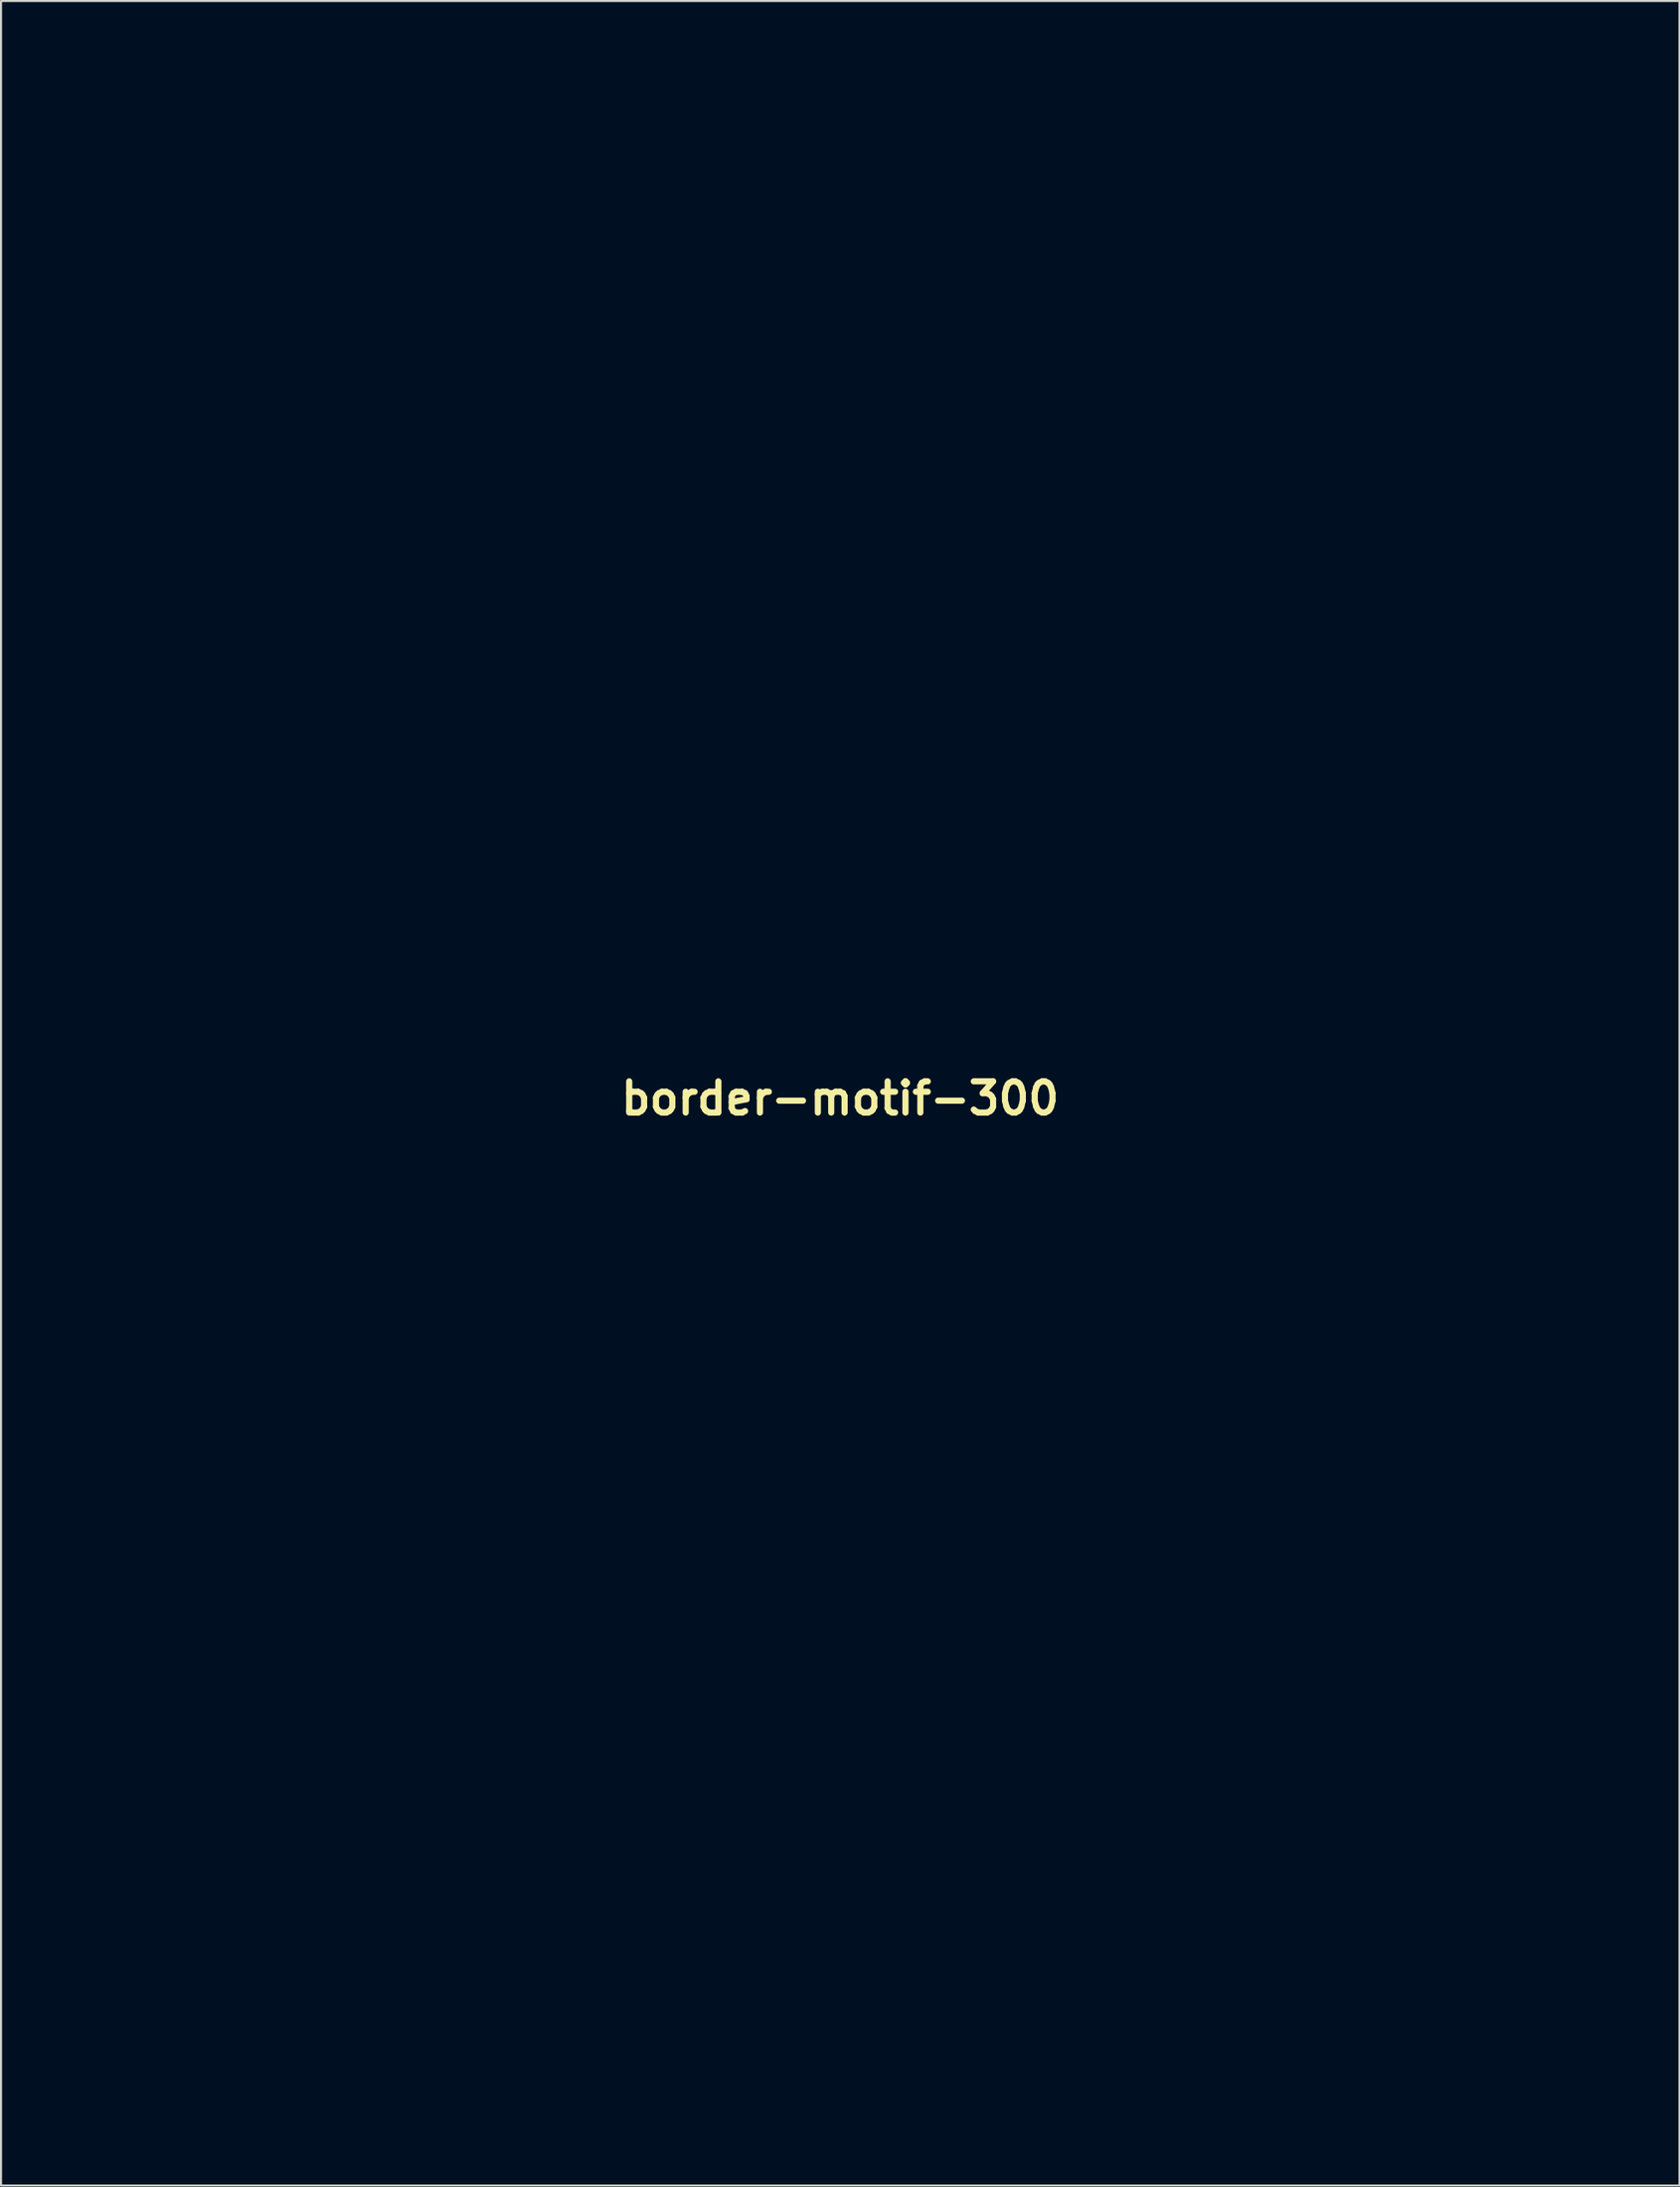
<source format=kicad_pcb>
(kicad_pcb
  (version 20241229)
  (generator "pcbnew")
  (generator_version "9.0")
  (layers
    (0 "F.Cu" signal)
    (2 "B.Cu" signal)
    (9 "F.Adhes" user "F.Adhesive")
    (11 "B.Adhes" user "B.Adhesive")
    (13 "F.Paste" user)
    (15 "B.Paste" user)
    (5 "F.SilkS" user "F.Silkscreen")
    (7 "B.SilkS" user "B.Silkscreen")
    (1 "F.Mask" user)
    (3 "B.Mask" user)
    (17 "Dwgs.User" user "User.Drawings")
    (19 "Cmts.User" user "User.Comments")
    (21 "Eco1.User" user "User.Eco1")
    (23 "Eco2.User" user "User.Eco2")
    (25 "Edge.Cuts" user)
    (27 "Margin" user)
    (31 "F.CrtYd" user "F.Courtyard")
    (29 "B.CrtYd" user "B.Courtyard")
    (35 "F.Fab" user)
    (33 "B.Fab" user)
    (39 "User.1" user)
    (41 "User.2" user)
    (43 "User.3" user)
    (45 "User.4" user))
  (footprint "border-motif-300"
    (layer "F.Cu")
    (at 38.003 50.614)
    (property "Reference" "border-motif-300" (at 0 0 0) (layer "F.SilkS") (effects (font (size 1.524 1.524) (thickness 0.3))))
    (attr through_hole)
    (fp_poly (pts (xy 0.889 25.529) (xy 1.535 25.579) (xy 2.273 25.665) (xy 3.032 25.776) (xy 3.742 25.901) (xy 4.149 25.988) (xy 4.515 26.078) (xy 4.902 26.181) (xy 5.272 26.287) (xy 5.586 26.383) (xy 5.804 26.458) (xy 5.882 26.495) (xy 6.025 26.563) (xy 6.203 26.618) (xy 6.393 26.684) (xy 6.693 26.813) (xy 7.068 26.987) (xy 7.478 27.186) (xy 7.886 27.393) (xy 8.255 27.589) (xy 8.548 27.756) (xy 8.569 27.77) (xy 9.034 28.082) (xy 9.55 28.47) (xy 10.057 28.886) (xy 10.493 29.28) (xy 10.548 29.334) (xy 10.768 29.563) (xy 11.027 29.85) (xy 11.302 30.166) (xy 11.569 30.484) (xy 11.806 30.775) (xy 11.987 31.012) (xy 12.092 31.166) (xy 12.107 31.205) (xy 12.158 31.313) (xy 12.242 31.42) (xy 12.327 31.525) (xy 12.423 31.671) (xy 12.544 31.881) (xy 12.703 32.181) (xy 12.913 32.595) (xy 13.063 32.893) (xy 13.436 33.688) (xy 13.736 34.441) (xy 13.996 35.242) (xy 14.075 35.518) (xy 14.277 36.255) (xy 14.431 36.851) (xy 14.537 37.324) (xy 14.598 37.693) (xy 14.616 37.978) (xy 14.593 38.198) (xy 14.53 38.374) (xy 14.43 38.523) (xy 14.377 38.583) (xy 14.237 38.7) (xy 14.078 38.758) (xy 13.882 38.752) (xy 13.634 38.673) (xy 13.318 38.516) (xy 12.918 38.274) (xy 12.417 37.939) (xy 11.811 37.514) (xy 11.504 37.301) (xy 11.217 37.112) (xy 11.001 36.981) (xy 10.964 36.961) (xy 10.727 36.831) (xy 10.447 36.672) (xy 10.372 36.628) (xy 9.854 36.341) (xy 9.253 36.04) (xy 8.632 35.755) (xy 8.053 35.515) (xy 7.747 35.403) (xy 7.072 35.221) (xy 6.332 35.104) (xy 5.585 35.057) (xy 4.889 35.084) (xy 4.47 35.148) (xy 4.044 35.279) (xy 3.634 35.474) (xy 3.259 35.717) (xy 2.937 35.988) (xy 2.683 36.268) (xy 2.516 36.541) (xy 2.454 36.786) (xy 2.513 36.986) (xy 2.637 37.091) (xy 2.889 37.152) (xy 3.237 37.141) (xy 3.626 37.064) (xy 3.979 36.938) (xy 4.468 36.774) (xy 5.049 36.666) (xy 5.652 36.622) (xy 6.205 36.651) (xy 6.3 36.666) (xy 6.846 36.832) (xy 7.305 37.11) (xy 7.664 37.478) (xy 7.911 37.912) (xy 8.032 38.387) (xy 8.013 38.88) (xy 7.843 39.368) (xy 7.821 39.408) (xy 7.563 39.753) (xy 7.269 39.958) (xy 6.962 40.018) (xy 6.666 39.929) (xy 6.411 39.694) (xy 6.332 39.573) (xy 6.294 39.447) (xy 6.295 39.269) (xy 6.332 38.994) (xy 6.361 38.822) (xy 6.471 38.165) (xy 6.236 37.963) (xy 6.053 37.839) (xy 5.836 37.778) (xy 5.518 37.761) (xy 5.51 37.761) (xy 5.262 37.775) (xy 5.009 37.823) (xy 4.723 37.916) (xy 4.378 38.065) (xy 3.944 38.28) (xy 3.393 38.572) (xy 3.387 38.576) (xy 3.079 38.734) (xy 2.848 38.818) (xy 2.629 38.846) (xy 2.355 38.834) (xy 2.35 38.834) (xy 1.791 38.707) (xy 1.297 38.427) (xy 0.874 38.004) (xy 0.532 37.443) (xy 0.275 36.752) (xy 0.262 36.706) (xy 0.18 36.44) (xy 0.101 36.256) (xy 0.05 36.195) (xy -0.009 36.27) (xy -0.101 36.469) (xy -0.21 36.755) (xy -0.25 36.872) (xy -0.38 37.255) (xy -0.483 37.521) (xy -0.58 37.716) (xy -0.695 37.883) (xy -0.847 38.066) (xy -1.282 38.459) (xy -1.783 38.723) (xy -2.277 38.835) (xy -2.517 38.841) (xy -2.751 38.809) (xy -3.009 38.727) (xy -3.326 38.584) (xy -3.733 38.366) (xy -4.022 38.203) (xy -4.545 37.953) (xy -5.052 37.803) (xy -5.514 37.757) (xy -5.902 37.818) (xy -6.127 37.937) (xy -6.279 38.111) (xy -6.344 38.346) (xy -6.328 38.676) (xy -6.264 39.006) (xy -6.227 39.394) (xy -6.324 39.683) (xy -6.56 39.885) (xy -6.643 39.924) (xy -6.867 40.012) (xy -7.02 40.03) (xy -7.183 39.978) (xy -7.341 39.901) (xy -7.554 39.747) (xy -7.699 39.557) (xy -7.704 39.547) (xy -7.821 39.299) (xy -7.922 39.116) (xy -8.021 38.8) (xy -8 38.417) (xy -7.874 38.003) (xy -7.654 37.596) (xy -7.356 37.233) (xy -7.194 37.09) (xy -6.753 36.817) (xy -6.253 36.658) (xy -5.669 36.609) (xy -5.003 36.661) (xy -4.621 36.728) (xy -4.259 36.817) (xy -3.985 36.91) (xy -3.94 36.93) (xy -3.61 37.055) (xy -3.239 37.133) (xy -2.887 37.155) (xy -2.612 37.116) (xy -2.554 37.091) (xy -2.4 36.935) (xy -2.38 36.72) (xy -2.475 36.465) (xy -2.669 36.189) (xy -2.944 35.91) (xy -3.283 35.648) (xy -3.667 35.419) (xy -4.081 35.244) (xy -4.358 35.167) (xy -5.263 35.058) (xy -6.23 35.103) (xy -7.254 35.301) (xy -8.331 35.652) (xy -9.455 36.155) (xy -10.372 36.656) (xy -10.676 36.835) (xy -10.904 36.972) (xy -11.096 37.092) (xy -11.292 37.22) (xy -11.532 37.383) (xy -11.856 37.606) (xy -12.019 37.719) (xy -12.602 38.109) (xy -13.103 38.415) (xy -13.509 38.632) (xy -13.805 38.751) (xy -13.923 38.772) (xy -14.089 38.72) (xy -14.288 38.584) (xy -14.325 38.55) (xy -14.489 38.323) (xy -14.56 38.031) (xy -14.54 37.647) (xy -14.432 37.144) (xy -14.426 37.123) (xy -14.336 36.776) (xy -14.254 36.428) (xy -14.215 36.25) (xy -14.14 35.935) (xy -14.028 35.534) (xy -13.896 35.103) (xy -13.762 34.696) (xy -13.755 34.678) (xy -11.3 34.678) (xy -11.279 34.912) (xy -11.189 35.06) (xy -11.068 35.13) (xy -10.913 35.164) (xy -10.765 35.128) (xy -10.594 35.003) (xy -10.371 34.77) (xy -10.322 34.713) (xy -9.176 34.713) (xy -9.167 34.834) (xy -9.145 34.881) (xy -8.98 35.023) (xy -8.711 35.036) (xy -8.371 34.932) (xy -8.165 34.837) (xy -8.033 34.759) (xy -8.024 34.751) (xy -7.831 34.628) (xy -7.505 34.498) (xy -7.083 34.371) (xy -6.599 34.257) (xy -6.089 34.167) (xy -5.986 34.152) (xy -5.525 34.102) (xy -5.09 34.079) (xy -4.646 34.087) (xy -4.153 34.128) (xy -3.576 34.204) (xy -2.877 34.316) (xy -2.752 34.338) (xy -2.469 34.317) (xy -2.189 34.187) (xy -1.975 33.986) (xy -1.898 33.827) (xy -1.874 33.552) (xy -1.959 33.286) (xy -2.167 32.995) (xy -2.363 32.789) (xy -2.682 32.514) (xy -3.016 32.323) (xy -3.363 32.193) (xy -3.711 32.096) (xy -4.047 32.028) (xy -4.286 32.004) (xy -4.724 32.047) (xy -5.259 32.165) (xy -5.844 32.344) (xy -6.433 32.568) (xy -6.981 32.823) (xy -7.195 32.94) (xy -7.539 33.161) (xy -7.926 33.443) (xy -8.312 33.751) (xy -8.651 34.048) (xy -8.898 34.297) (xy -8.926 34.33) (xy -9.101 34.56) (xy -9.176 34.713) (xy -10.322 34.713) (xy -10.2 34.57) (xy -9.529 33.813) (xy -8.828 33.102) (xy -8.126 32.463) (xy -7.454 31.925) (xy -6.983 31.602) (xy -6.234 31.208) (xy -5.392 30.897) (xy -4.522 30.695) (xy -4.513 30.693) (xy -4.213 30.688) (xy -3.819 30.739) (xy -3.387 30.831) (xy -2.977 30.952) (xy -2.647 31.087) (xy -2.522 31.161) (xy -2.347 31.275) (xy -2.231 31.327) (xy -2.226 31.327) (xy -2.109 31.389) (xy -1.92 31.551) (xy -1.687 31.78) (xy -1.443 32.044) (xy -1.217 32.307) (xy -1.039 32.537) (xy -0.941 32.702) (xy -0.931 32.742) (xy -0.884 32.866) (xy -0.776 33.03) (xy -0.664 33.232) (xy -0.53 33.563) (xy -0.387 33.988) (xy -0.246 34.471) (xy -0.167 34.773) (xy -0.073 35.058) (xy 0.025 35.176) (xy 0.122 35.13) (xy 0.214 34.922) (xy 0.296 34.554) (xy 0.297 34.548) (xy 0.492 33.799) (xy 0.502 33.777) (xy 1.982 33.777) (xy 2.119 34.066) (xy 2.37 34.257) (xy 2.716 34.332) (xy 3.035 34.3) (xy 4.151 34.121) (xy 5.241 34.082) (xy 6.286 34.181) (xy 7.266 34.416) (xy 8.162 34.785) (xy 8.246 34.829) (xy 8.633 34.996) (xy 8.941 35.046) (xy 9.155 34.977) (xy 9.222 34.895) (xy 9.229 34.706) (xy 9.094 34.445) (xy 8.824 34.124) (xy 8.569 33.879) (xy 8.229 33.598) (xy 7.814 33.298) (xy 7.381 33.015) (xy 6.984 32.786) (xy 6.773 32.683) (xy 6.539 32.578) (xy 6.308 32.468) (xy 6.024 32.358) (xy 5.634 32.244) (xy 5.197 32.139) (xy 4.773 32.057) (xy 4.422 32.012) (xy 4.304 32.007) (xy 3.852 32.063) (xy 3.384 32.209) (xy 2.933 32.424) (xy 2.533 32.688) (xy 2.218 32.98) (xy 2.022 33.28) (xy 1.983 33.409) (xy 1.982 33.777) (xy 0.502 33.777) (xy 0.816 33.066) (xy 1.245 32.384) (xy 1.756 31.788) (xy 2.326 31.314) (xy 2.506 31.2) (xy 2.811 31.054) (xy 3.197 30.917) (xy 3.616 30.801) (xy 4.016 30.718) (xy 4.346 30.681) (xy 4.511 30.69) (xy 5.21 30.843) (xy 5.795 31.012) (xy 6.319 31.217) (xy 6.837 31.476) (xy 7.07 31.609) (xy 7.551 31.933) (xy 8.11 32.386) (xy 8.733 32.953) (xy 9.406 33.623) (xy 10.113 34.381) (xy 10.257 34.541) (xy 10.896 35.258) (xy 11.109 35.118) (xy 11.255 35.001) (xy 11.336 34.861) (xy 11.357 34.664) (xy 11.319 34.378) (xy 11.225 33.968) (xy 11.21 33.909) (xy 10.891 32.893) (xy 10.469 31.984) (xy 9.924 31.151) (xy 9.239 30.365) (xy 8.804 29.949) (xy 8.007 29.297) (xy 7.133 28.721) (xy 6.162 28.212) (xy 5.077 27.759) (xy 3.858 27.355) (xy 2.879 27.086) (xy 2.609 27.021) (xy 2.364 26.971) (xy 2.113 26.934) (xy 1.827 26.909) (xy 1.478 26.894) (xy 1.036 26.885) (xy 0.472 26.882) (xy 0.042 26.882) (xy -0.612 26.883) (xy -1.127 26.888) (xy -1.531 26.899) (xy -1.852 26.917) (xy -2.121 26.946) (xy -2.365 26.987) (xy -2.615 27.042) (xy -2.794 27.087) (xy -3.539 27.292) (xy -4.354 27.541) (xy -5.154 27.808) (xy -5.385 27.89) (xy -5.623 27.988) (xy -5.944 28.136) (xy -6.308 28.314) (xy -6.672 28.5) (xy -6.995 28.674) (xy -7.236 28.813) (xy -7.337 28.883) (xy -7.529 29.023) (xy -7.617 29.08) (xy -8.006 29.332) (xy -8.384 29.627) (xy -8.795 29.999) (xy -9.122 30.323) (xy -9.79 31.069) (xy -10.318 31.822) (xy -10.73 32.623) (xy -11.05 33.515) (xy -11.144 33.855) (xy -11.255 34.333) (xy -11.3 34.678) (xy -13.755 34.678) (xy -13.642 34.367) (xy -13.586 34.235) (xy -13.501 34.021) (xy -13.462 33.862) (xy -13.462 33.854) (xy -13.42 33.711) (xy -13.317 33.504) (xy -13.292 33.462) (xy -13.182 33.262) (xy -13.126 33.118) (xy -13.123 33.101) (xy -13.081 32.981) (xy -12.969 32.753) (xy -12.807 32.451) (xy -12.614 32.11) (xy -12.41 31.765) (xy -12.216 31.452) (xy -12.052 31.204) (xy -11.986 31.115) (xy -11.796 30.864) (xy -11.627 30.625) (xy -11.575 30.547) (xy -11.348 30.243) (xy -11.014 29.87) (xy -10.603 29.457) (xy -10.149 29.032) (xy -9.68 28.625) (xy -9.23 28.263) (xy -8.828 27.977) (xy -8.763 27.936) (xy -8.445 27.738) (xy -8.233 27.608) (xy -8.087 27.523) (xy -7.971 27.461) (xy -7.874 27.414) (xy -7.636 27.287) (xy -7.451 27.174) (xy -7.236 27.053) (xy -7.07 26.986) (xy -6.914 26.931) (xy -6.653 26.828) (xy -6.338 26.698) (xy -6.265 26.667) (xy -5.898 26.519) (xy -5.523 26.386) (xy -5.112 26.26) (xy -4.634 26.134) (xy -4.059 25.998) (xy -3.359 25.845) (xy -3.048 25.78) (xy -2.487 25.686) (xy -1.809 25.609) (xy -1.064 25.553) (xy -0.305 25.52) (xy 0.419 25.515) (xy 0.889 25.529)) (stroke (width 0.01) (type solid)) (fill no) (layer "Eco1.User"))
    (fp_poly (pts (xy -6.473 -49.583) (xy -6.206 -49.404) (xy -6.055 -49.141) (xy -6.041 -48.821) (xy -6.093 -48.647) (xy -6.214 -48.311) (xy -6.244 -48.077) (xy -6.178 -47.9) (xy -6.011 -47.736) (xy -5.99 -47.72) (xy -5.654 -47.552) (xy -5.245 -47.51) (xy -4.758 -47.598) (xy -4.182 -47.815) (xy -3.51 -48.165) (xy -3.5 -48.171) (xy -3.175 -48.348) (xy -2.927 -48.452) (xy -2.69 -48.501) (xy -2.4 -48.514) (xy -2.353 -48.514) (xy -2.006 -48.5) (xy -1.755 -48.445) (xy -1.529 -48.331) (xy -1.472 -48.295) (xy -1.029 -47.947) (xy -0.686 -47.541) (xy -0.455 -47.152) (xy -0.356 -46.953) (xy -0.289 -46.776) (xy -0.248 -46.581) (xy -0.225 -46.328) (xy -0.216 -45.979) (xy -0.214 -45.593) (xy -0.217 -45.104) (xy -0.233 -44.737) (xy -0.268 -44.446) (xy -0.326 -44.185) (xy -0.414 -43.906) (xy -0.416 -43.9) (xy -0.707 -43.168) (xy -1.032 -42.558) (xy -1.131 -42.408) (xy -1.286 -42.212) (xy -1.499 -41.978) (xy -1.735 -41.738) (xy -1.962 -41.525) (xy -2.145 -41.374) (xy -2.248 -41.317) (xy -2.385 -41.258) (xy -2.45 -41.197) (xy -2.576 -41.115) (xy -2.817 -41.01) (xy -3.122 -40.903) (xy -3.157 -40.892) (xy -3.863 -40.763) (xy -4.617 -40.782) (xy -5.396 -40.944) (xy -6.173 -41.245) (xy -6.858 -41.633) (xy -7.089 -41.784) (xy -7.286 -41.913) (xy -7.317 -41.933) (xy -7.456 -42.038) (xy -7.68 -42.224) (xy -7.957 -42.466) (xy -8.26 -42.734) (xy -8.557 -43.004) (xy -8.819 -43.247) (xy -9.015 -43.437) (xy -9.117 -43.548) (xy -9.122 -43.555) (xy -9.204 -43.661) (xy -9.373 -43.859) (xy -9.603 -44.117) (xy -9.779 -44.311) (xy -10.061 -44.611) (xy -10.126 -44.671) (xy -8.876 -44.671) (xy -8.823 -44.441) (xy -8.629 -44.154) (xy -8.307 -43.826) (xy -7.869 -43.47) (xy -7.408 -43.15) (xy -6.966 -42.869) (xy -6.609 -42.661) (xy -6.287 -42.502) (xy -5.948 -42.368) (xy -5.54 -42.232) (xy -5.461 -42.207) (xy -4.862 -42.07) (xy -4.252 -42.018) (xy -3.681 -42.052) (xy -3.196 -42.172) (xy -3.09 -42.216) (xy -2.609 -42.493) (xy -2.231 -42.81) (xy -1.977 -43.147) (xy -1.866 -43.481) (xy -1.863 -43.545) (xy -1.917 -43.756) (xy -2.05 -43.98) (xy -2.067 -44.001) (xy -2.222 -44.149) (xy -2.393 -44.216) (xy -2.652 -44.227) (xy -2.683 -44.226) (xy -3.014 -44.193) (xy -3.388 -44.121) (xy -3.552 -44.078) (xy -4.158 -43.964) (xy -4.86 -43.94) (xy -5.618 -44) (xy -6.388 -44.139) (xy -7.128 -44.351) (xy -7.795 -44.63) (xy -7.846 -44.656) (xy -8.259 -44.849) (xy -8.555 -44.934) (xy -8.749 -44.91) (xy -8.853 -44.778) (xy -8.876 -44.671) (xy -10.126 -44.671) (xy -10.266 -44.803) (xy -10.423 -44.909) (xy -10.563 -44.953) (xy -10.645 -44.958) (xy -10.82 -44.936) (xy -10.933 -44.859) (xy -10.986 -44.707) (xy -10.979 -44.461) (xy -10.914 -44.102) (xy -10.791 -43.611) (xy -10.717 -43.34) (xy -10.556 -42.887) (xy -10.317 -42.366) (xy -10.031 -41.837) (xy -9.731 -41.359) (xy -9.543 -41.106) (xy -9.14 -40.649) (xy -8.666 -40.179) (xy -8.154 -39.723) (xy -7.637 -39.309) (xy -7.15 -38.965) (xy -6.727 -38.72) (xy -6.646 -38.683) (xy -6.445 -38.584) (xy -6.35 -38.531) (xy -6.046 -38.371) (xy -5.62 -38.182) (xy -5.112 -37.979) (xy -4.563 -37.779) (xy -4.013 -37.596) (xy -3.768 -37.521) (xy -2.982 -37.304) (xy -2.291 -37.148) (xy -1.638 -37.045) (xy -0.963 -36.985) (xy -0.207 -36.962) (xy 0.085 -36.96) (xy 0.563 -36.962) (xy 0.966 -36.97) (xy 1.322 -36.988) (xy 1.66 -37.022) (xy 2.01 -37.075) (xy 2.401 -37.154) (xy 2.861 -37.262) (xy 3.42 -37.403) (xy 4.107 -37.583) (xy 4.276 -37.628) (xy 4.593 -37.722) (xy 4.897 -37.828) (xy 4.995 -37.868) (xy 5.245 -37.975) (xy 5.562 -38.11) (xy 5.757 -38.193) (xy 6.421 -38.508) (xy 7.112 -38.898) (xy 7.759 -39.321) (xy 8.17 -39.631) (xy 8.972 -40.346) (xy 9.626 -41.072) (xy 10.154 -41.838) (xy 10.576 -42.675) (xy 10.88 -43.501) (xy 10.999 -43.941) (xy 11.066 -44.325) (xy 11.075 -44.559) (xy 11.048 -44.785) (xy 10.983 -44.894) (xy 10.841 -44.935) (xy 10.773 -44.942) (xy 10.618 -44.941) (xy 10.479 -44.888) (xy 10.317 -44.756) (xy 10.095 -44.522) (xy 10.054 -44.477) (xy 9.346 -43.71) (xy 8.686 -43.04) (xy 8.086 -42.476) (xy 7.557 -42.031) (xy 7.11 -41.712) (xy 7.026 -41.661) (xy 6.145 -41.207) (xy 5.331 -40.901) (xy 4.586 -40.746) (xy 4.222 -40.725) (xy 3.807 -40.77) (xy 3.322 -40.891) (xy 2.834 -41.067) (xy 2.412 -41.275) (xy 2.313 -41.337) (xy 1.936 -41.643) (xy 1.553 -42.043) (xy 1.197 -42.495) (xy 0.899 -42.956) (xy 0.69 -43.386) (xy 0.622 -43.603) (xy 0.616 -43.627) (xy 1.97 -43.627) (xy 1.973 -43.456) (xy 1.979 -43.425) (xy 2.125 -43.053) (xy 2.412 -42.721) (xy 2.85 -42.418) (xy 3.261 -42.214) (xy 3.554 -42.097) (xy 3.809 -42.034) (xy 4.096 -42.013) (xy 4.445 -42.022) (xy 4.847 -42.057) (xy 5.254 -42.122) (xy 5.582 -42.203) (xy 5.588 -42.205) (xy 6.185 -42.432) (xy 6.785 -42.717) (xy 7.362 -43.042) (xy 7.891 -43.389) (xy 8.346 -43.742) (xy 8.7 -44.082) (xy 8.929 -44.392) (xy 8.973 -44.487) (xy 9.008 -44.733) (xy 8.915 -44.9) (xy 8.727 -44.958) (xy 8.591 -44.922) (xy 8.348 -44.827) (xy 8.039 -44.688) (xy 7.89 -44.617) (xy 7.523 -44.451) (xy 7.159 -44.308) (xy 6.862 -44.213) (xy 6.793 -44.197) (xy 6.477 -44.128) (xy 6.174 -44.052) (xy 6.097 -44.03) (xy 5.807 -43.978) (xy 5.403 -43.95) (xy 4.937 -43.946) (xy 4.464 -43.964) (xy 4.035 -44.004) (xy 3.722 -44.06) (xy 3.265 -44.173) (xy 2.938 -44.238) (xy 2.704 -44.254) (xy 2.532 -44.218) (xy 2.385 -44.131) (xy 2.233 -43.99) (xy 2.048 -43.786) (xy 1.97 -43.627) (xy 0.616 -43.627) (xy 0.565 -43.815) (xy 0.479 -44.093) (xy 0.444 -44.196) (xy 0.372 -44.519) (xy 0.325 -44.971) (xy 0.307 -45.466) (xy 0.311 -45.927) (xy 0.337 -46.279) (xy 0.393 -46.581) (xy 0.487 -46.891) (xy 0.498 -46.922) (xy 0.752 -47.453) (xy 1.103 -47.913) (xy 1.518 -48.262) (xy 1.708 -48.368) (xy 2.015 -48.462) (xy 2.394 -48.506) (xy 2.778 -48.5) (xy 3.101 -48.441) (xy 3.217 -48.393) (xy 3.91 -48.022) (xy 4.489 -47.754) (xy 4.97 -47.585) (xy 5.37 -47.512) (xy 5.706 -47.529) (xy 5.993 -47.632) (xy 6.049 -47.664) (xy 6.264 -47.85) (xy 6.35 -48.079) (xy 6.311 -48.381) (xy 6.219 -48.637) (xy 6.133 -48.939) (xy 6.177 -49.18) (xy 6.365 -49.419) (xy 6.396 -49.449) (xy 6.677 -49.614) (xy 6.985 -49.636) (xy 7.286 -49.532) (xy 7.551 -49.318) (xy 7.746 -49.011) (xy 7.829 -48.717) (xy 7.843 -48.121) (xy 7.701 -47.588) (xy 7.408 -47.126) (xy 6.965 -46.745) (xy 6.85 -46.674) (xy 6.624 -46.559) (xy 6.385 -46.486) (xy 6.078 -46.443) (xy 5.715 -46.419) (xy 5.36 -46.408) (xy 5.079 -46.417) (xy 4.815 -46.458) (xy 4.512 -46.538) (xy 4.113 -46.666) (xy 4.053 -46.687) (xy 3.612 -46.833) (xy 3.299 -46.926) (xy 3.079 -46.97) (xy 2.921 -46.97) (xy 2.791 -46.928) (xy 2.664 -46.853) (xy 2.51 -46.719) (xy 2.469 -46.567) (xy 2.541 -46.358) (xy 2.66 -46.154) (xy 3.041 -45.704) (xy 3.549 -45.34) (xy 4.159 -45.073) (xy 4.847 -44.914) (xy 5.442 -44.873) (xy 5.909 -44.903) (xy 6.463 -44.982) (xy 7.043 -45.098) (xy 7.587 -45.239) (xy 8.032 -45.392) (xy 8.086 -45.415) (xy 8.923 -45.793) (xy 9.615 -46.129) (xy 10.176 -46.43) (xy 10.541 -46.651) (xy 10.793 -46.809) (xy 11.029 -46.948) (xy 11.24 -47.077) (xy 11.504 -47.252) (xy 11.621 -47.334) (xy 12.264 -47.777) (xy 12.779 -48.109) (xy 13.166 -48.331) (xy 13.426 -48.442) (xy 13.429 -48.443) (xy 13.758 -48.469) (xy 14.005 -48.352) (xy 14.163 -48.096) (xy 14.224 -47.711) (xy 14.224 -47.671) (xy 14.197 -47.373) (xy 14.123 -46.956) (xy 14.013 -46.463) (xy 13.877 -45.933) (xy 13.727 -45.408) (xy 13.572 -44.928) (xy 13.425 -44.536) (xy 13.368 -44.408) (xy 13.269 -44.17) (xy 13.213 -43.982) (xy 13.208 -43.941) (xy 13.17 -43.786) (xy 13.076 -43.567) (xy 13.051 -43.517) (xy 12.928 -43.265) (xy 12.835 -43.034) (xy 12.828 -43.011) (xy 12.739 -42.8) (xy 12.582 -42.491) (xy 12.38 -42.128) (xy 12.159 -41.754) (xy 11.944 -41.411) (xy 11.759 -41.143) (xy 11.73 -41.106) (xy 11.539 -40.851) (xy 11.366 -40.606) (xy 11.314 -40.527) (xy 11.183 -40.358) (xy 10.957 -40.106) (xy 10.669 -39.803) (xy 10.35 -39.481) (xy 10.031 -39.169) (xy 9.742 -38.901) (xy 9.517 -38.706) (xy 9.442 -38.65) (xy 9.192 -38.467) (xy 8.968 -38.291) (xy 8.803 -38.163) (xy 8.698 -38.101) (xy 8.691 -38.1) (xy 8.598 -38.057) (xy 8.421 -37.948) (xy 8.35 -37.901) (xy 8.111 -37.757) (xy 7.747 -37.561) (xy 7.288 -37.329) (xy 6.766 -37.076) (xy 6.256 -36.839) (xy 6.001 -36.735) (xy 5.791 -36.671) (xy 5.723 -36.661) (xy 5.55 -36.623) (xy 5.331 -36.532) (xy 5.323 -36.528) (xy 5.08 -36.435) (xy 4.7 -36.329) (xy 4.216 -36.217) (xy 3.66 -36.106) (xy 3.063 -36.001) (xy 2.459 -35.91) (xy 1.879 -35.837) (xy 1.732 -35.822) (xy 1.355 -35.791) (xy 0.919 -35.765) (xy 0.456 -35.746) (xy 0.000076 -35.733) (xy -0.417 -35.728) (xy -0.763 -35.73) (xy -1.004 -35.742) (xy -1.108 -35.762) (xy -1.201 -35.783) (xy -1.428 -35.814) (xy -1.755 -35.852) (xy -2.122 -35.889) (xy -3.558 -36.102) (xy -4.969 -36.455) (xy -6.329 -36.94) (xy -7.611 -37.546) (xy -8.786 -38.264) (xy -8.886 -38.334) (xy -9.123 -38.513) (xy -9.429 -38.759) (xy -9.754 -39.03) (xy -10.05 -39.286) (xy -10.267 -39.485) (xy -10.287 -39.504) (xy -10.555 -39.796) (xy -10.882 -40.183) (xy -11.23 -40.621) (xy -11.565 -41.065) (xy -11.85 -41.469) (xy -11.945 -41.614) (xy -12.19 -42.019) (xy -12.435 -42.463) (xy -12.664 -42.913) (xy -12.863 -43.337) (xy -13.015 -43.702) (xy -13.105 -43.976) (xy -13.123 -44.091) (xy -13.155 -44.256) (xy -13.198 -44.317) (xy -13.265 -44.425) (xy -13.36 -44.668) (xy -13.476 -45.014) (xy -13.603 -45.433) (xy -13.733 -45.895) (xy -13.859 -46.368) (xy -13.97 -46.821) (xy -14.06 -47.224) (xy -14.119 -47.547) (xy -14.139 -47.751) (xy -14.089 -48.001) (xy -13.963 -48.249) (xy -13.801 -48.429) (xy -13.724 -48.469) (xy -13.513 -48.493) (xy -13.254 -48.438) (xy -12.93 -48.295) (xy -12.523 -48.056) (xy -12.017 -47.713) (xy -11.769 -47.534) (xy -11.468 -47.319) (xy -11.203 -47.137) (xy -11.013 -47.014) (xy -10.964 -46.987) (xy -10.796 -46.892) (xy -10.555 -46.746) (xy -10.414 -46.656) (xy -10.105 -46.473) (xy -9.689 -46.249) (xy -9.212 -46.006) (xy -8.723 -45.77) (xy -8.269 -45.563) (xy -7.9 -45.41) (xy -7.874 -45.4) (xy -7.28 -45.192) (xy -6.774 -45.051) (xy -6.296 -44.967) (xy -5.783 -44.928) (xy -5.292 -44.921) (xy -4.844 -44.927) (xy -4.52 -44.944) (xy -4.275 -44.978) (xy -4.064 -45.037) (xy -3.843 -45.128) (xy -3.775 -45.159) (xy -3.509 -45.312) (xy -3.209 -45.529) (xy -2.906 -45.782) (xy -2.632 -46.041) (xy -2.42 -46.277) (xy -2.301 -46.461) (xy -2.286 -46.52) (xy -2.356 -46.667) (xy -2.526 -46.823) (xy -2.736 -46.945) (xy -2.911 -46.988) (xy -3.077 -46.959) (xy -3.345 -46.884) (xy -3.659 -46.779) (xy -3.683 -46.77) (xy -4.175 -46.599) (xy -4.567 -46.487) (xy -4.916 -46.427) (xy -5.275 -46.406) (xy -5.677 -46.415) (xy -6.055 -46.439) (xy -6.32 -46.481) (xy -6.527 -46.553) (xy -6.733 -46.672) (xy -6.774 -46.698) (xy -7.057 -46.926) (xy -7.335 -47.205) (xy -7.426 -47.315) (xy -7.567 -47.512) (xy -7.65 -47.683) (xy -7.691 -47.884) (xy -7.704 -48.171) (xy -7.705 -48.352) (xy -7.701 -48.694) (xy -7.678 -48.919) (xy -7.622 -49.079) (xy -7.517 -49.226) (xy -7.419 -49.337) (xy -7.199 -49.541) (xy -6.999 -49.633) (xy -6.837 -49.649) (xy -6.473 -49.583)) (stroke (width 0.01) (type solid)) (fill no) (layer "Eco1.User"))
    (fp_poly (pts (xy 26.478 -50.577) (xy 27.305 -50.547) (xy 28.094 -50.515) (xy 28.973 -50.482) (xy 29.886 -50.449) (xy 30.776 -50.419) (xy 31.587 -50.393) (xy 32.004 -50.38) (xy 32.611 -50.361) (xy 33.169 -50.339) (xy 33.653 -50.315) (xy 34.039 -50.292) (xy 34.303 -50.27) (xy 34.417 -50.251) (xy 35.044 -49.965) (xy 35.605 -49.627) (xy 35.846 -49.446) (xy 36.489 -48.808) (xy 36.996 -48.077) (xy 37.366 -47.259) (xy 37.597 -46.363) (xy 37.688 -45.399) (xy 37.638 -44.375) (xy 37.444 -43.299) (xy 37.124 -42.232) (xy 37.01 -41.925) (xy 36.906 -41.666) (xy 36.835 -41.512) (xy 36.744 -41.332) (xy 36.634 -41.093) (xy 36.621 -41.063) (xy 36.456 -40.721) (xy 36.229 -40.302) (xy 35.975 -39.869) (xy 35.731 -39.483) (xy 35.641 -39.35) (xy 35.443 -39.068) (xy 35.249 -38.783) (xy 35.186 -38.69) (xy 35.026 -38.472) (xy 34.799 -38.193) (xy 34.568 -37.928) (xy 34.273 -37.592) (xy 33.949 -37.203) (xy 33.624 -36.798) (xy 33.324 -36.411) (xy 33.078 -36.076) (xy 32.913 -35.828) (xy 32.898 -35.803) (xy 32.695 -35.435) (xy 32.505 -35.058) (xy 32.341 -34.706) (xy 32.219 -34.413) (xy 32.154 -34.211) (xy 32.15 -34.144) (xy 32.255 -34.072) (xy 32.448 -34.039) (xy 32.654 -34.049) (xy 32.795 -34.105) (xy 32.808 -34.121) (xy 32.932 -34.224) (xy 33.178 -34.362) (xy 33.507 -34.518) (xy 33.88 -34.672) (xy 34.259 -34.808) (xy 34.485 -34.878) (xy 35.138 -35.017) (xy 35.712 -35.037) (xy 36.247 -34.937) (xy 36.45 -34.868) (xy 36.993 -34.574) (xy 37.429 -34.16) (xy 37.747 -33.64) (xy 37.94 -33.034) (xy 37.996 -32.356) (xy 37.985 -32.131) (xy 37.919 -31.588) (xy 37.817 -31.036) (xy 37.692 -30.538) (xy 37.58 -30.209) (xy 37.441 -29.896) (xy 37.245 -29.495) (xy 37.017 -29.05) (xy 36.78 -28.607) (xy 36.559 -28.21) (xy 36.377 -27.905) (xy 36.326 -27.827) (xy 36.171 -27.589) (xy 36.105 -27.434) (xy 36.113 -27.311) (xy 36.16 -27.206) (xy 36.311 -27.027) (xy 36.536 -26.861) (xy 36.578 -26.838) (xy 36.813 -26.671) (xy 37.049 -26.432) (xy 37.132 -26.324) (xy 37.38 -25.965) (xy 37.436 -21.793) (xy 37.448 -20.967) (xy 37.461 -20.191) (xy 37.476 -19.483) (xy 37.491 -18.858) (xy 37.506 -18.334) (xy 37.521 -17.927) (xy 37.534 -17.654) (xy 37.547 -17.532) (xy 37.549 -17.527) (xy 37.556 -17.431) (xy 37.561 -17.177) (xy 37.564 -16.778) (xy 37.564 -16.244) (xy 37.563 -15.587) (xy 37.559 -14.82) (xy 37.554 -13.953) (xy 37.546 -13) (xy 37.537 -11.97) (xy 37.526 -10.877) (xy 37.513 -9.731) (xy 37.508 -9.246) (xy 37.494 -8.017) (xy 37.479 -6.643) (xy 37.464 -5.147) (xy 37.449 -3.555) (xy 37.434 -1.89) (xy 37.419 -0.175) (xy 37.405 1.563) (xy 37.392 3.303) (xy 37.379 5.019) (xy 37.368 6.687) (xy 37.358 8.284) (xy 37.351 9.44) (xy 37.293 19.939) (xy 37.095 20.313) (xy 36.958 20.548) (xy 36.809 20.738) (xy 36.61 20.922) (xy 36.323 21.134) (xy 36.11 21.279) (xy 35.879 21.453) (xy 35.715 21.611) (xy 35.661 21.698) (xy 35.69 21.842) (xy 35.794 22.06) (xy 35.872 22.188) (xy 36.223 22.725) (xy 36.514 23.206) (xy 36.792 23.708) (xy 37.011 24.13) (xy 37.18 24.468) (xy 37.315 24.753) (xy 37.4 24.949) (xy 37.422 25.017) (xy 37.451 25.138) (xy 37.524 25.358) (xy 37.587 25.525) (xy 37.839 26.346) (xy 37.981 27.191) (xy 38.01 28.02) (xy 37.923 28.791) (xy 37.836 29.139) (xy 37.561 29.766) (xy 37.151 30.296) (xy 36.625 30.714) (xy 36.152 30.946) (xy 35.814 31.064) (xy 35.527 31.127) (xy 35.216 31.147) (xy 34.864 31.138) (xy 34.348 31.089) (xy 33.82 30.997) (xy 33.334 30.874) (xy 32.946 30.731) (xy 32.851 30.683) (xy 32.606 30.559) (xy 32.427 30.48) (xy 32.236 30.388) (xy 31.972 30.245) (xy 31.792 30.141) (xy 31.492 29.963) (xy 31.3 29.859) (xy 31.179 29.814) (xy 31.095 29.813) (xy 31.03 29.833) (xy 30.921 29.96) (xy 30.923 30.209) (xy 31.034 30.577) (xy 31.256 31.06) (xy 31.293 31.133) (xy 31.481 31.488) (xy 31.644 31.789) (xy 31.798 32.056) (xy 31.958 32.31) (xy 32.138 32.572) (xy 32.355 32.863) (xy 32.622 33.204) (xy 32.954 33.616) (xy 33.368 34.12) (xy 33.787 34.629) (xy 34.087 34.996) (xy 34.372 35.353) (xy 34.613 35.662) (xy 34.779 35.884) (xy 34.79 35.899) (xy 35.082 36.319) (xy 35.337 36.696) (xy 35.531 36.994) (xy 35.611 37.126) (xy 35.711 37.299) (xy 35.853 37.545) (xy 35.93 37.677) (xy 36.062 37.908) (xy 36.173 38.116) (xy 36.286 38.348) (xy 36.425 38.653) (xy 36.557 38.947) (xy 36.692 39.249) (xy 36.817 39.53) (xy 36.878 39.666) (xy 37.074 40.187) (xy 37.259 40.826) (xy 37.423 41.532) (xy 37.553 42.253) (xy 37.642 42.939) (xy 37.677 43.539) (xy 37.677 43.583) (xy 37.651 44.111) (xy 37.578 44.69) (xy 37.469 45.281) (xy 37.331 45.848) (xy 37.174 46.352) (xy 37.006 46.757) (xy 36.865 46.99) (xy 36.757 47.155) (xy 36.636 47.371) (xy 36.478 47.613) (xy 36.229 47.922) (xy 35.927 48.257) (xy 35.61 48.574) (xy 35.319 48.833) (xy 35.195 48.927) (xy 34.343 49.42) (xy 33.401 49.771) (xy 33.23 49.816) (xy 33.047 49.852) (xy 32.833 49.882) (xy 32.569 49.907) (xy 32.236 49.927) (xy 31.814 49.944) (xy 31.284 49.958) (xy 30.627 49.972) (xy 29.824 49.985) (xy 29.633 49.988) (xy 28.16 50.011) (xy 26.846 50.03) (xy 25.682 50.046) (xy 24.658 50.059) (xy 23.764 50.07) (xy 22.99 50.077) (xy 22.328 50.082) (xy 21.766 50.083) (xy 21.295 50.082) (xy 20.905 50.079) (xy 20.587 50.072) (xy 20.331 50.063) (xy 20.127 50.052) (xy 19.981 50.04) (xy 19.286 49.92) (xy 18.714 49.715) (xy 18.28 49.432) (xy 18.174 49.328) (xy 18.051 49.183) (xy 17.983 49.049) (xy 17.958 48.875) (xy 17.964 48.61) (xy 17.975 48.429) (xy 18.012 48.093) (xy 18.084 47.779) (xy 18.203 47.461) (xy 18.384 47.112) (xy 18.64 46.702) (xy 18.985 46.206) (xy 19.214 45.889) (xy 19.788 45.079) (xy 20.253 44.36) (xy 20.621 43.707) (xy 20.906 43.095) (xy 21.122 42.498) (xy 21.28 41.889) (xy 21.291 41.841) (xy 21.404 40.989) (xy 21.38 40.188) (xy 21.224 39.454) (xy 20.941 38.801) (xy 20.535 38.244) (xy 20.013 37.8) (xy 19.645 37.573) (xy 19.334 37.432) (xy 19.017 37.362) (xy 18.635 37.347) (xy 18.304 37.361) (xy 17.869 37.399) (xy 17.542 37.465) (xy 17.259 37.571) (xy 17.145 37.628) (xy 16.452 38.084) (xy 15.824 38.674) (xy 15.284 39.366) (xy 14.856 40.129) (xy 14.563 40.933) (xy 14.52 41.106) (xy 14.385 41.951) (xy 14.385 42.701) (xy 14.521 43.361) (xy 14.795 43.94) (xy 15.044 44.271) (xy 15.401 44.598) (xy 15.753 44.763) (xy 16.087 44.765) (xy 16.395 44.605) (xy 16.664 44.283) (xy 16.679 44.258) (xy 16.752 44.128) (xy 16.806 44.003) (xy 16.844 43.857) (xy 16.869 43.661) (xy 16.883 43.388) (xy 16.889 43.012) (xy 16.891 42.504) (xy 16.891 42.263) (xy 16.891 40.625) (xy 17.102 40.455) (xy 17.308 40.338) (xy 17.564 40.315) (xy 17.668 40.324) (xy 18.088 40.454) (xy 18.45 40.743) (xy 18.722 41.131) (xy 18.865 41.539) (xy 18.919 42.054) (xy 18.891 42.645) (xy 18.787 43.278) (xy 18.615 43.922) (xy 18.381 44.545) (xy 18.092 45.113) (xy 17.792 45.551) (xy 17.521 45.871) (xy 17.292 46.093) (xy 17.052 46.26) (xy 16.749 46.416) (xy 16.719 46.43) (xy 16.272 46.61) (xy 15.898 46.693) (xy 15.534 46.682) (xy 15.119 46.582) (xy 15.058 46.563) (xy 14.707 46.432) (xy 14.441 46.279) (xy 14.188 46.056) (xy 14.056 45.917) (xy 13.849 45.68) (xy 13.698 45.482) (xy 13.632 45.363) (xy 13.631 45.355) (xy 13.594 45.215) (xy 13.504 45.013) (xy 13.497 45) (xy 13.425 44.795) (xy 13.355 44.482) (xy 13.299 44.121) (xy 13.291 44.048) (xy 13.252 43.715) (xy 13.21 43.446) (xy 13.174 43.285) (xy 13.166 43.265) (xy 13.039 43.197) (xy 12.827 43.184) (xy 12.603 43.222) (xy 12.453 43.299) (xy 12.307 43.392) (xy 12.06 43.518) (xy 11.792 43.637) (xy 11.173 43.823) (xy 10.563 43.869) (xy 9.993 43.776) (xy 9.599 43.607) (xy 9.15 43.28) (xy 8.786 42.854) (xy 8.481 42.297) (xy 8.434 42.188) (xy 8.334 41.929) (xy 8.269 41.693) (xy 8.232 41.429) (xy 8.216 41.089) (xy 8.213 40.705) (xy 8.219 40.247) (xy 8.239 39.919) (xy 8.28 39.684) (xy 8.345 39.502) (xy 8.369 39.453) (xy 8.489 39.195) (xy 8.575 38.953) (xy 8.581 38.93) (xy 8.706 38.681) (xy 8.947 38.398) (xy 9.265 38.114) (xy 9.622 37.866) (xy 9.972 37.689) (xy 10.31 37.573) (xy 10.56 37.546) (xy 10.78 37.617) (xy 11.031 37.792) (xy 11.087 37.838) (xy 11.248 37.986) (xy 11.34 38.132) (xy 11.388 38.334) (xy 11.414 38.632) (xy 11.414 39.155) (xy 11.335 39.529) (xy 11.176 39.76) (xy 10.931 39.851) (xy 10.599 39.805) (xy 10.471 39.761) (xy 10.117 39.651) (xy 9.842 39.639) (xy 9.584 39.723) (xy 9.494 39.771) (xy 9.218 40.011) (xy 9.077 40.317) (xy 9.06 40.667) (xy 9.159 41.038) (xy 9.363 41.408) (xy 9.664 41.754) (xy 10.051 42.053) (xy 10.516 42.283) (xy 10.559 42.299) (xy 10.801 42.38) (xy 10.976 42.411) (xy 11.151 42.389) (xy 11.393 42.313) (xy 11.525 42.265) (xy 11.999 42.052) (xy 12.46 41.752) (xy 12.921 41.35) (xy 13.398 40.834) (xy 13.906 40.187) (xy 14.44 39.424) (xy 14.72 39.008) (xy 14.922 38.71) (xy 15.061 38.509) (xy 15.155 38.383) (xy 15.218 38.31) (xy 15.267 38.267) (xy 15.302 38.244) (xy 15.4 38.107) (xy 15.409 38.05) (xy 15.467 37.951) (xy 15.626 37.759) (xy 15.862 37.496) (xy 16.154 37.187) (xy 16.477 36.854) (xy 16.811 36.521) (xy 17.132 36.209) (xy 17.417 35.943) (xy 17.643 35.745) (xy 17.788 35.638) (xy 17.79 35.637) (xy 18.285 35.374) (xy 18.67 35.18) (xy 18.98 35.041) (xy 19.251 34.941) (xy 19.52 34.864) (xy 19.655 34.832) (xy 20.374 34.749) (xy 21.063 34.831) (xy 21.714 35.075) (xy 22.32 35.476) (xy 22.872 36.033) (xy 22.985 36.175) (xy 23.146 36.395) (xy 23.254 36.56) (xy 23.283 36.621) (xy 23.327 36.723) (xy 23.433 36.893) (xy 23.439 36.902) (xy 23.632 37.263) (xy 23.812 37.754) (xy 23.969 38.334) (xy 24.095 38.964) (xy 24.179 39.602) (xy 24.214 40.21) (xy 24.215 40.275) (xy 24.2 40.67) (xy 24.16 41.128) (xy 24.1 41.607) (xy 24.028 42.066) (xy 23.949 42.462) (xy 23.869 42.752) (xy 23.83 42.848) (xy 23.742 43.05) (xy 23.707 43.197) (xy 23.665 43.361) (xy 23.552 43.63) (xy 23.388 43.969) (xy 23.19 44.338) (xy 22.979 44.701) (xy 22.819 44.952) (xy 22.433 45.47) (xy 21.984 45.978) (xy 21.523 46.422) (xy 21.269 46.629) (xy 20.846 46.975) (xy 20.501 47.314) (xy 20.252 47.626) (xy 20.115 47.889) (xy 20.102 48.071) (xy 20.204 48.209) (xy 20.399 48.364) (xy 20.481 48.414) (xy 20.608 48.479) (xy 20.741 48.527) (xy 20.909 48.56) (xy 21.138 48.581) (xy 21.458 48.593) (xy 21.894 48.598) (xy 22.392 48.599) (xy 23.661 48.565) (xy 24.788 48.46) (xy 25.789 48.283) (xy 26.678 48.028) (xy 27.469 47.693) (xy 28.159 47.288) (xy 28.345 47.141) (xy 28.572 46.933) (xy 28.805 46.699) (xy 29.012 46.474) (xy 29.158 46.294) (xy 29.21 46.196) (xy 29.26 46.071) (xy 29.326 45.981) (xy 29.459 45.749) (xy 29.583 45.392) (xy 29.689 44.956) (xy 29.765 44.485) (xy 29.801 44.024) (xy 29.803 43.914) (xy 29.757 43.246) (xy 29.625 42.474) (xy 29.417 41.638) (xy 29.14 40.773) (xy 28.912 40.174) (xy 28.809 39.943) (xy 28.646 39.598) (xy 28.44 39.175) (xy 28.21 38.712) (xy 27.975 38.245) (xy 27.751 37.809) (xy 27.558 37.442) (xy 27.414 37.179) (xy 27.383 37.126) (xy 27.233 36.869) (xy 27.103 36.634) (xy 27.073 36.576) (xy 26.979 36.404) (xy 26.828 36.137) (xy 26.648 35.828) (xy 26.607 35.759) (xy 26.135 34.925) (xy 25.764 34.186) (xy 25.482 33.512) (xy 25.277 32.871) (xy 25.139 32.258) (xy 25.058 31.61) (xy 27.518 31.61) (xy 27.542 32.154) (xy 27.625 32.722) (xy 27.767 33.29) (xy 27.879 33.613) (xy 27.986 33.879) (xy 28.075 34.083) (xy 28.117 34.163) (xy 28.18 34.272) (xy 28.3 34.493) (xy 28.455 34.785) (xy 28.528 34.925) (xy 28.713 35.274) (xy 28.893 35.606) (xy 29.036 35.862) (xy 29.067 35.916) (xy 29.311 36.328) (xy 29.574 36.769) (xy 29.825 37.188) (xy 30.033 37.533) (xy 30.095 37.634) (xy 30.732 38.74) (xy 31.239 39.758) (xy 31.621 40.706) (xy 31.884 41.599) (xy 32.031 42.453) (xy 32.067 43.284) (xy 32.017 43.97) (xy 31.9 44.601) (xy 31.717 45.231) (xy 31.487 45.794) (xy 31.344 46.059) (xy 31.087 46.473) (xy 30.88 46.79) (xy 30.736 46.988) (xy 30.696 47.033) (xy 30.592 47.154) (xy 30.445 47.349) (xy 30.405 47.406) (xy 30.275 47.628) (xy 30.252 47.806) (xy 30.279 47.911) (xy 30.446 48.158) (xy 30.724 48.288) (xy 31.103 48.299) (xy 31.571 48.191) (xy 31.979 48.03) (xy 32.805 47.571) (xy 33.499 47.009) (xy 34.069 46.335) (xy 34.522 45.54) (xy 34.734 45.023) (xy 34.819 44.76) (xy 34.874 44.503) (xy 34.906 44.206) (xy 34.919 43.822) (xy 34.92 43.434) (xy 34.912 42.936) (xy 34.889 42.55) (xy 34.842 42.221) (xy 34.764 41.891) (xy 34.691 41.636) (xy 34.515 41.102) (xy 34.321 40.606) (xy 34.094 40.123) (xy 33.818 39.628) (xy 33.48 39.095) (xy 33.065 38.498) (xy 32.558 37.812) (xy 32.305 37.479) (xy 31.951 37.016) (xy 31.679 36.658) (xy 31.47 36.378) (xy 31.302 36.148) (xy 31.154 35.939) (xy 31.032 35.762) (xy 30.908 35.586) (xy 30.826 35.481) (xy 30.821 35.475) (xy 30.712 35.339) (xy 30.54 35.09) (xy 30.327 34.76) (xy 30.094 34.384) (xy 29.86 33.996) (xy 29.648 33.63) (xy 29.478 33.319) (xy 29.41 33.185) (xy 29.073 32.397) (xy 28.849 31.669) (xy 28.783 31.344) (xy 28.684 30.879) (xy 28.557 30.495) (xy 28.412 30.217) (xy 28.261 30.072) (xy 28.197 30.057) (xy 27.962 30.134) (xy 27.774 30.352) (xy 27.636 30.686) (xy 27.55 31.113) (xy 27.518 31.61) (xy 25.058 31.61) (xy 25.008 31.209) (xy 25.011 30.252) (xy 25.146 29.39) (xy 25.413 28.628) (xy 25.811 27.968) (xy 26.243 27.497) (xy 26.518 27.259) (xy 26.528 27.253) (xy 30.572 27.253) (xy 30.656 27.702) (xy 30.811 28.014) (xy 31.102 28.319) (xy 31.523 28.62) (xy 32.032 28.901) (xy 32.591 29.142) (xy 33.16 29.326) (xy 33.698 29.435) (xy 33.978 29.456) (xy 34.452 29.417) (xy 34.904 29.265) (xy 34.926 29.256) (xy 35.396 28.961) (xy 35.77 28.566) (xy 36.021 28.104) (xy 36.113 27.736) (xy 36.133 27.203) (xy 36.065 26.7) (xy 35.929 26.311) (xy 35.728 25.994) (xy 35.473 25.702) (xy 35.197 25.464) (xy 34.935 25.305) (xy 34.718 25.254) (xy 34.66 25.266) (xy 34.581 25.341) (xy 34.625 25.478) (xy 34.709 25.758) (xy 34.702 26.077) (xy 34.622 26.402) (xy 34.484 26.699) (xy 34.305 26.937) (xy 34.103 27.082) (xy 33.892 27.103) (xy 33.822 27.075) (xy 33.581 26.887) (xy 33.464 26.62) (xy 33.443 26.379) (xy 33.384 25.886) (xy 33.221 25.443) (xy 32.974 25.081) (xy 32.663 24.833) (xy 32.465 24.756) (xy 32.195 24.77) (xy 31.883 24.916) (xy 31.552 25.173) (xy 31.23 25.517) (xy 30.939 25.927) (xy 30.74 26.302) (xy 30.599 26.769) (xy 30.572 27.253) (xy 26.528 27.253) (xy 26.742 27.105) (xy 26.979 27.003) (xy 27.293 26.919) (xy 27.454 26.883) (xy 27.793 26.806) (xy 28.077 26.733) (xy 28.258 26.677) (xy 28.284 26.665) (xy 28.377 26.557) (xy 28.503 26.334) (xy 28.638 26.04) (xy 28.664 25.977) (xy 29.057 25.173) (xy 29.539 24.496) (xy 30.103 23.957) (xy 30.53 23.673) (xy 30.973 23.476) (xy 31.509 23.313) (xy 32.062 23.203) (xy 32.451 23.168) (xy 32.707 23.155) (xy 32.844 23.111) (xy 32.914 23.006) (xy 32.955 22.86) (xy 33.072 22.487) (xy 33.233 22.188) (xy 33.47 21.93) (xy 33.813 21.676) (xy 34.163 21.464) (xy 34.686 21.125) (xy 35.097 20.774) (xy 35.373 20.432) (xy 35.435 20.316) (xy 35.516 20.114) (xy 35.535 19.956) (xy 35.491 19.766) (xy 35.427 19.586) (xy 35.311 19.304) (xy 35.194 19.059) (xy 35.148 18.979) (xy 35.071 18.822) (xy 35.082 18.675) (xy 35.152 18.513) (xy 35.375 18.027) (xy 35.557 17.55) (xy 35.71 17.046) (xy 35.844 16.478) (xy 35.968 15.807) (xy 36.069 15.158) (xy 36.134 14.728) (xy 36.194 14.353) (xy 36.242 14.066) (xy 36.274 13.904) (xy 36.278 13.888) (xy 36.299 13.751) (xy 36.327 13.466) (xy 36.359 13.055) (xy 36.396 12.539) (xy 36.435 11.941) (xy 36.476 11.281) (xy 36.517 10.582) (xy 36.557 9.864) (xy 36.594 9.149) (xy 36.628 8.46) (xy 36.657 7.817) (xy 36.679 7.241) (xy 36.695 6.756) (xy 36.695 6.731) (xy 36.706 5.934) (xy 36.703 5.001) (xy 36.688 3.961) (xy 36.661 2.847) (xy 36.624 1.69) (xy 36.578 0.522) (xy 36.524 -0.626) (xy 36.462 -1.723) (xy 36.396 -2.737) (xy 36.324 -3.636) (xy 36.32 -3.683) (xy 36.199 -4.971) (xy 36.08 -6.116) (xy 35.958 -7.144) (xy 35.827 -8.08) (xy 35.685 -8.95) (xy 35.526 -9.781) (xy 35.346 -10.598) (xy 35.14 -11.427) (xy 34.905 -12.294) (xy 34.79 -12.7) (xy 34.591 -13.426) (xy 34.458 -14.009) (xy 34.388 -14.459) (xy 34.375 -14.693) (xy 34.435 -15.131) (xy 34.599 -15.614) (xy 34.841 -16.076) (xy 34.999 -16.298) (xy 35.188 -16.543) (xy 35.352 -16.771) (xy 35.404 -16.849) (xy 35.563 -17.065) (xy 35.744 -17.272) (xy 36.081 -17.718) (xy 36.369 -18.299) (xy 36.6 -18.985) (xy 36.769 -19.748) (xy 36.87 -20.558) (xy 36.897 -21.386) (xy 36.844 -22.204) (xy 36.817 -22.411) (xy 36.7 -22.936) (xy 36.515 -23.468) (xy 36.282 -23.96) (xy 36.023 -24.369) (xy 35.783 -24.628) (xy 35.666 -24.8) (xy 35.669 -25.036) (xy 35.795 -25.362) (xy 35.814 -25.4) (xy 35.942 -25.699) (xy 35.963 -25.934) (xy 35.871 -26.174) (xy 35.748 -26.367) (xy 35.574 -26.574) (xy 35.338 -26.802) (xy 35.083 -27.015) (xy 34.851 -27.178) (xy 34.685 -27.256) (xy 34.671 -27.258) (xy 34.516 -27.334) (xy 34.318 -27.513) (xy 34.117 -27.75) (xy 33.952 -28) (xy 33.866 -28.197) (xy 33.797 -28.409) (xy 33.705 -28.506) (xy 33.529 -28.532) (xy 33.419 -28.534) (xy 32.725 -28.617) (xy 32.076 -28.855) (xy 31.489 -29.236) (xy 30.981 -29.746) (xy 30.57 -30.373) (xy 30.421 -30.692) (xy 30.201 -31.117) (xy 29.949 -31.393) (xy 29.639 -31.541) (xy 29.535 -31.553) (xy 31.934 -31.553) (xy 32.032 -31.105) (xy 32.265 -30.667) (xy 32.512 -30.347) (xy 32.853 -30.012) (xy 33.169 -29.841) (xy 33.473 -29.831) (xy 33.775 -29.979) (xy 33.903 -30.088) (xy 34.078 -30.269) (xy 34.169 -30.432) (xy 34.201 -30.647) (xy 34.205 -30.854) (xy 34.219 -31.158) (xy 34.274 -31.359) (xy 34.389 -31.517) (xy 34.413 -31.542) (xy 34.586 -31.697) (xy 34.716 -31.732) (xy 34.864 -31.646) (xy 34.989 -31.535) (xy 35.126 -31.388) (xy 35.201 -31.228) (xy 35.23 -31.007) (xy 35.225 -30.671) (xy 35.224 -30.637) (xy 35.246 -30.377) (xy 35.349 -30.264) (xy 35.545 -30.292) (xy 35.673 -30.353) (xy 36.015 -30.629) (xy 36.265 -31.014) (xy 36.417 -31.468) (xy 36.467 -31.954) (xy 36.407 -32.434) (xy 36.233 -32.87) (xy 36.085 -33.078) (xy 35.783 -33.333) (xy 35.387 -33.542) (xy 34.969 -33.671) (xy 34.727 -33.696) (xy 34.301 -33.643) (xy 33.801 -33.501) (xy 33.278 -33.291) (xy 32.786 -33.036) (xy 32.377 -32.758) (xy 32.288 -32.681) (xy 32.069 -32.413) (xy 31.962 -32.077) (xy 31.958 -32.05) (xy 31.934 -31.553) (xy 29.535 -31.553) (xy 29.285 -31.581) (xy 28.949 -31.658) (xy 28.592 -31.875) (xy 28.24 -32.206) (xy 27.918 -32.628) (xy 27.649 -33.117) (xy 27.599 -33.232) (xy 27.507 -33.475) (xy 27.447 -33.701) (xy 27.412 -33.958) (xy 27.397 -34.289) (xy 27.395 -34.743) (xy 27.395 -34.756) (xy 27.404 -35.252) (xy 27.421 -35.495) (xy 29.4 -35.495) (xy 29.429 -35.032) (xy 29.507 -34.636) (xy 29.633 -34.353) (xy 29.648 -34.333) (xy 29.832 -34.175) (xy 30.023 -34.122) (xy 30.17 -34.186) (xy 30.184 -34.206) (xy 30.226 -34.32) (xy 30.295 -34.56) (xy 30.383 -34.888) (xy 30.451 -35.159) (xy 30.601 -35.689) (xy 30.794 -36.217) (xy 31.038 -36.759) (xy 31.345 -37.334) (xy 31.725 -37.956) (xy 32.187 -38.645) (xy 32.741 -39.417) (xy 33.398 -40.289) (xy 33.655 -40.623) (xy 33.974 -41.037) (xy 34.212 -41.357) (xy 34.394 -41.624) (xy 34.545 -41.875) (xy 34.691 -42.15) (xy 34.855 -42.489) (xy 34.905 -42.595) (xy 35.12 -43.089) (xy 35.272 -43.551) (xy 35.389 -44.063) (xy 35.435 -44.327) (xy 35.501 -44.738) (xy 35.539 -45.034) (xy 35.547 -45.27) (xy 35.524 -45.499) (xy 35.47 -45.774) (xy 35.407 -46.046) (xy 35.189 -46.753) (xy 34.878 -47.349) (xy 34.45 -47.877) (xy 34.175 -48.138) (xy 33.664 -48.543) (xy 33.185 -48.824) (xy 32.69 -49.007) (xy 32.611 -49.028) (xy 32.329 -49.09) (xy 32.144 -49.096) (xy 31.989 -49.045) (xy 31.934 -49.016) (xy 31.747 -48.861) (xy 31.69 -48.663) (xy 31.764 -48.405) (xy 31.971 -48.067) (xy 32.047 -47.964) (xy 32.264 -47.659) (xy 32.459 -47.353) (xy 32.587 -47.117) (xy 32.731 -46.804) (xy 32.879 -46.481) (xy 32.897 -46.44) (xy 32.976 -46.172) (xy 33.037 -45.783) (xy 33.079 -45.32) (xy 33.099 -44.83) (xy 33.093 -44.359) (xy 33.06 -43.956) (xy 33.037 -43.815) (xy 32.91 -43.339) (xy 32.707 -42.763) (xy 32.444 -42.128) (xy 32.14 -41.476) (xy 31.812 -40.847) (xy 31.62 -40.513) (xy 31.442 -40.213) (xy 31.258 -39.903) (xy 31.224 -39.845) (xy 31.085 -39.611) (xy 30.97 -39.422) (xy 30.945 -39.38) (xy 30.256 -38.187) (xy 29.653 -36.929) (xy 29.611 -36.83) (xy 29.49 -36.44) (xy 29.42 -35.979) (xy 29.4 -35.495) (xy 27.421 -35.495) (xy 27.431 -35.639) (xy 27.484 -35.975) (xy 27.57 -36.32) (xy 27.621 -36.491) (xy 27.837 -37.139) (xy 28.044 -37.643) (xy 28.194 -37.931) (xy 28.848 -39.067) (xy 29.413 -40.087) (xy 29.888 -40.986) (xy 30.269 -41.758) (xy 30.556 -42.401) (xy 30.678 -42.714) (xy 30.897 -43.335) (xy 31.057 -43.839) (xy 31.167 -44.267) (xy 31.236 -44.657) (xy 31.27 -45.049) (xy 31.28 -45.483) (xy 31.28 -45.551) (xy 31.273 -45.975) (xy 31.251 -46.282) (xy 31.205 -46.524) (xy 31.126 -46.752) (xy 31.044 -46.937) (xy 30.749 -47.424) (xy 30.344 -47.897) (xy 29.877 -48.309) (xy 29.395 -48.612) (xy 29.326 -48.644) (xy 29.012 -48.768) (xy 28.605 -48.906) (xy 28.175 -49.036) (xy 28.025 -49.078) (xy 27.727 -49.152) (xy 27.457 -49.207) (xy 27.18 -49.246) (xy 26.861 -49.272) (xy 26.467 -49.287) (xy 25.961 -49.296) (xy 25.517 -49.3) (xy 24.924 -49.301) (xy 24.476 -49.298) (xy 24.149 -49.287) (xy 23.917 -49.268) (xy 23.757 -49.238) (xy 23.645 -49.195) (xy 23.59 -49.164) (xy 23.412 -49.003) (xy 23.357 -48.822) (xy 23.432 -48.605) (xy 23.642 -48.334) (xy 23.978 -48.006) (xy 24.468 -47.556) (xy 24.847 -47.193) (xy 25.136 -46.895) (xy 25.353 -46.641) (xy 25.52 -46.411) (xy 25.543 -46.375) (xy 25.983 -45.614) (xy 26.297 -44.894) (xy 26.502 -44.165) (xy 26.616 -43.376) (xy 26.636 -43.084) (xy 26.637 -42.006) (xy 26.516 -41.043) (xy 26.274 -40.194) (xy 25.91 -39.462) (xy 25.425 -38.847) (xy 24.82 -38.35) (xy 24.68 -38.262) (xy 24.495 -38.165) (xy 24.307 -38.104) (xy 24.068 -38.073) (xy 23.73 -38.063) (xy 23.537 -38.063) (xy 23.146 -38.07) (xy 22.865 -38.093) (xy 22.634 -38.147) (xy 22.394 -38.245) (xy 22.135 -38.373) (xy 21.603 -38.681) (xy 21.091 -39.056) (xy 20.583 -39.514) (xy 20.064 -40.07) (xy 19.52 -40.74) (xy 18.936 -41.539) (xy 18.485 -42.199) (xy 18.163 -42.637) (xy 17.788 -43.077) (xy 17.397 -43.481) (xy 17.023 -43.813) (xy 16.722 -44.026) (xy 16.268 -44.198) (xy 15.793 -44.226) (xy 15.34 -44.111) (xy 15.103 -43.977) (xy 14.705 -43.633) (xy 14.44 -43.271) (xy 14.315 -42.909) (xy 14.336 -42.567) (xy 14.508 -42.262) (xy 14.558 -42.211) (xy 14.726 -42.081) (xy 14.915 -42.017) (xy 15.165 -42.014) (xy 15.514 -42.072) (xy 15.763 -42.128) (xy 15.932 -42.14) (xy 16.048 -42.051) (xy 16.122 -41.923) (xy 16.242 -41.558) (xy 16.249 -41.184) (xy 16.158 -40.836) (xy 15.984 -40.549) (xy 15.739 -40.36) (xy 15.48 -40.301) (xy 15.224 -40.354) (xy 14.905 -40.49) (xy 14.586 -40.677) (xy 14.328 -40.883) (xy 14.284 -40.93) (xy 14.168 -41.096) (xy 14.016 -41.357) (xy 13.87 -41.639) (xy 13.748 -41.905) (xy 13.674 -42.12) (xy 13.639 -42.34) (xy 13.634 -42.625) (xy 13.646 -42.96) (xy 13.68 -43.431) (xy 13.738 -43.759) (xy 13.824 -43.967) (xy 13.825 -43.969) (xy 13.929 -44.168) (xy 13.97 -44.322) (xy 14.039 -44.507) (xy 14.219 -44.736) (xy 14.473 -44.972) (xy 14.762 -45.182) (xy 15.048 -45.33) (xy 15.096 -45.347) (xy 15.377 -45.427) (xy 15.615 -45.449) (xy 15.894 -45.417) (xy 16.042 -45.388) (xy 16.392 -45.294) (xy 16.736 -45.164) (xy 16.906 -45.079) (xy 17.228 -44.926) (xy 17.48 -44.876) (xy 17.635 -44.933) (xy 17.649 -44.951) (xy 17.686 -45.064) (xy 17.745 -45.301) (xy 17.817 -45.621) (xy 17.855 -45.799) (xy 18.006 -46.38) (xy 18.204 -46.826) (xy 18.47 -47.171) (xy 18.823 -47.448) (xy 18.919 -47.505) (xy 19.413 -47.703) (xy 19.91 -47.743) (xy 20.395 -47.636) (xy 20.856 -47.394) (xy 21.278 -47.027) (xy 21.648 -46.546) (xy 21.952 -45.962) (xy 22.177 -45.286) (xy 22.272 -44.814) (xy 22.337 -44.335) (xy 22.36 -43.973) (xy 22.339 -43.684) (xy 22.273 -43.421) (xy 22.222 -43.281) (xy 22.041 -42.985) (xy 21.775 -42.73) (xy 21.476 -42.556) (xy 21.233 -42.503) (xy 21.044 -42.554) (xy 20.875 -42.728) (xy 20.82 -42.811) (xy 20.714 -43.002) (xy 20.672 -43.166) (xy 20.686 -43.372) (xy 20.729 -43.599) (xy 20.815 -44.228) (xy 20.811 -44.815) (xy 20.723 -45.334) (xy 20.557 -45.762) (xy 20.318 -46.071) (xy 20.157 -46.182) (xy 19.966 -46.266) (xy 19.826 -46.257) (xy 19.664 -46.168) (xy 19.204 -45.779) (xy 18.876 -45.293) (xy 18.682 -44.722) (xy 18.627 -44.081) (xy 18.715 -43.382) (xy 18.805 -43.041) (xy 19.089 -42.319) (xy 19.459 -41.681) (xy 19.9 -41.136) (xy 20.396 -40.693) (xy 20.93 -40.362) (xy 21.486 -40.152) (xy 22.047 -40.074) (xy 22.598 -40.136) (xy 23.121 -40.349) (xy 23.255 -40.432) (xy 23.748 -40.865) (xy 24.117 -41.399) (xy 24.355 -42.016) (xy 24.46 -42.699) (xy 24.424 -43.428) (xy 24.252 -44.164) (xy 23.947 -44.976) (xy 23.586 -45.725) (xy 23.192 -46.365) (xy 23.068 -46.532) (xy 22.881 -46.777) (xy 22.716 -47.006) (xy 22.668 -47.075) (xy 22.531 -47.275) (xy 22.354 -47.529) (xy 22.286 -47.627) (xy 21.988 -48.105) (xy 21.761 -48.587) (xy 21.623 -49.029) (xy 21.59 -49.309) (xy 21.613 -49.583) (xy 21.708 -49.782) (xy 21.865 -49.951) (xy 22.112 -50.138) (xy 22.427 -50.291) (xy 22.824 -50.412) (xy 23.315 -50.501) (xy 23.913 -50.561) (xy 24.631 -50.593) (xy 25.482 -50.598) (xy 26.478 -50.577)) (stroke (width 0.01) (type solid)) (fill no) (layer "Eco1.User"))
    (fp_poly (pts (xy -24.457 -50.594) (xy -23.7 -50.545) (xy -23.072 -50.463) (xy -22.565 -50.346) (xy -22.169 -50.194) (xy -21.875 -50.004) (xy -21.78 -49.914) (xy -21.59 -49.665) (xy -21.513 -49.422) (xy -21.505 -49.289) (xy -21.557 -48.988) (xy -21.701 -48.595) (xy -21.919 -48.144) (xy -22.193 -47.674) (xy -22.507 -47.218) (xy -22.511 -47.213) (xy -23.119 -46.362) (xy -23.598 -45.59) (xy -23.956 -44.878) (xy -24.2 -44.205) (xy -24.34 -43.553) (xy -24.384 -42.913) (xy -24.336 -42.238) (xy -24.184 -41.671) (xy -23.915 -41.175) (xy -23.622 -40.821) (xy -23.226 -40.462) (xy -22.835 -40.237) (xy -22.397 -40.125) (xy -21.957 -40.101) (xy -21.436 -40.146) (xy -20.969 -40.286) (xy -20.526 -40.538) (xy -20.08 -40.916) (xy -19.622 -41.412) (xy -19.426 -41.652) (xy -19.283 -41.843) (xy -19.22 -41.95) (xy -19.219 -41.955) (xy -19.168 -42.065) (xy -19.085 -42.172) (xy -18.998 -42.33) (xy -18.895 -42.611) (xy -18.787 -42.968) (xy -18.685 -43.358) (xy -18.604 -43.736) (xy -18.553 -44.056) (xy -18.542 -44.215) (xy -18.587 -44.573) (xy -18.704 -44.987) (xy -18.867 -45.383) (xy -19.052 -45.688) (xy -19.063 -45.701) (xy -19.27 -45.91) (xy -19.518 -46.109) (xy -19.549 -46.13) (xy -19.743 -46.249) (xy -19.877 -46.277) (xy -20.03 -46.221) (xy -20.108 -46.18) (xy -20.357 -45.965) (xy -20.572 -45.623) (xy -20.572 -45.621) (xy -20.652 -45.442) (xy -20.705 -45.278) (xy -20.734 -45.092) (xy -20.742 -44.846) (xy -20.734 -44.502) (xy -20.715 -44.076) (xy -20.695 -43.615) (xy -20.687 -43.29) (xy -20.696 -43.07) (xy -20.723 -42.921) (xy -20.773 -42.812) (xy -20.835 -42.724) (xy -21.035 -42.551) (xy -21.264 -42.521) (xy -21.546 -42.633) (xy -21.74 -42.762) (xy -21.99 -42.985) (xy -22.152 -43.248) (xy -22.236 -43.477) (xy -22.301 -43.698) (xy -22.333 -43.883) (xy -22.333 -44.081) (xy -22.3 -44.343) (xy -22.233 -44.716) (xy -22.225 -44.763) (xy -22.083 -45.393) (xy -21.907 -45.917) (xy -21.671 -46.399) (xy -21.492 -46.694) (xy -21.285 -46.984) (xy -21.073 -47.199) (xy -20.798 -47.389) (xy -20.54 -47.533) (xy -20.027 -47.72) (xy -19.52 -47.741) (xy -19.031 -47.598) (xy -18.57 -47.294) (xy -18.213 -46.918) (xy -18.06 -46.696) (xy -17.951 -46.454) (xy -17.866 -46.136) (xy -17.807 -45.826) (xy -17.74 -45.481) (xy -17.671 -45.195) (xy -17.611 -45.013) (xy -17.593 -44.979) (xy -17.412 -44.882) (xy -17.165 -44.915) (xy -16.946 -45.032) (xy -16.706 -45.158) (xy -16.368 -45.286) (xy -16.002 -45.393) (xy -15.68 -45.457) (xy -15.555 -45.466) (xy -15.219 -45.413) (xy -14.841 -45.275) (xy -14.5 -45.085) (xy -14.363 -44.976) (xy -14.2 -44.779) (xy -14.015 -44.491) (xy -13.857 -44.196) (xy -13.73 -43.911) (xy -13.652 -43.668) (xy -13.611 -43.408) (xy -13.595 -43.07) (xy -13.592 -42.841) (xy -13.597 -42.436) (xy -13.621 -42.144) (xy -13.674 -41.909) (xy -13.766 -41.674) (xy -13.815 -41.571) (xy -14.07 -41.152) (xy -14.382 -40.803) (xy -14.726 -40.536) (xy -15.078 -40.364) (xy -15.411 -40.3) (xy -15.703 -40.357) (xy -15.906 -40.518) (xy -16.143 -40.935) (xy -16.216 -41.366) (xy -16.175 -41.641) (xy -16.059 -41.953) (xy -15.906 -42.113) (xy -15.696 -42.136) (xy -15.546 -42.094) (xy -15.1 -41.994) (xy -14.731 -42.045) (xy -14.452 -42.232) (xy -14.259 -42.538) (xy -14.232 -42.879) (xy -14.369 -43.252) (xy -14.477 -43.42) (xy -14.868 -43.845) (xy -15.305 -44.116) (xy -15.773 -44.229) (xy -16.258 -44.18) (xy -16.703 -43.991) (xy -17.068 -43.725) (xy -17.48 -43.338) (xy -17.911 -42.86) (xy -18.332 -42.321) (xy -18.607 -41.923) (xy -19.21 -41.054) (xy -19.815 -40.302) (xy -20.46 -39.617) (xy -20.587 -39.494) (xy -20.967 -39.139) (xy -21.274 -38.875) (xy -21.553 -38.672) (xy -21.845 -38.497) (xy -22.195 -38.321) (xy -22.227 -38.305) (xy -22.505 -38.184) (xy -22.753 -38.111) (xy -23.034 -38.075) (xy -23.408 -38.063) (xy -23.497 -38.063) (xy -23.879 -38.068) (xy -24.147 -38.091) (xy -24.354 -38.143) (xy -24.556 -38.237) (xy -24.679 -38.306) (xy -25.256 -38.733) (xy -25.73 -39.277) (xy -26.104 -39.947) (xy -26.383 -40.748) (xy -26.557 -41.605) (xy -26.615 -42.026) (xy -26.646 -42.354) (xy -26.649 -42.649) (xy -26.624 -42.974) (xy -26.571 -43.39) (xy -26.554 -43.51) (xy -26.407 -44.291) (xy -26.204 -44.998) (xy -25.957 -45.594) (xy -25.84 -45.805) (xy -25.642 -46.123) (xy -25.456 -46.399) (xy -25.26 -46.656) (xy -25.034 -46.92) (xy -24.755 -47.214) (xy -24.404 -47.562) (xy -23.957 -47.989) (xy -23.724 -48.21) (xy -23.505 -48.434) (xy -23.348 -48.632) (xy -23.284 -48.762) (xy -23.283 -48.766) (xy -23.341 -48.918) (xy -23.483 -49.095) (xy -23.498 -49.109) (xy -23.575 -49.177) (xy -23.657 -49.228) (xy -23.769 -49.263) (xy -23.936 -49.286) (xy -24.181 -49.298) (xy -24.53 -49.303) (xy -25.006 -49.303) (xy -25.424 -49.301) (xy -26.026 -49.296) (xy -26.494 -49.286) (xy -26.862 -49.268) (xy -27.165 -49.24) (xy -27.437 -49.197) (xy -27.714 -49.137) (xy -27.982 -49.069) (xy -28.841 -48.799) (xy -29.551 -48.475) (xy -30.124 -48.086) (xy -30.575 -47.623) (xy -30.917 -47.076) (xy -31.029 -46.825) (xy -31.132 -46.551) (xy -31.195 -46.318) (xy -31.226 -46.071) (xy -31.232 -45.756) (xy -31.222 -45.379) (xy -31.191 -44.955) (xy -31.13 -44.489) (xy -31.049 -44.021) (xy -30.955 -43.591) (xy -30.856 -43.24) (xy -30.76 -43.006) (xy -30.735 -42.968) (xy -30.67 -42.838) (xy -30.587 -42.619) (xy -30.565 -42.553) (xy -30.486 -42.357) (xy -30.344 -42.045) (xy -30.156 -41.65) (xy -29.936 -41.207) (xy -29.703 -40.747) (xy -29.474 -40.305) (xy -29.264 -39.914) (xy -29.1 -39.624) (xy -28.939 -39.345) (xy -28.791 -39.08) (xy -28.741 -38.989) (xy -28.609 -38.752) (xy -28.447 -38.473) (xy -28.402 -38.396) (xy -27.907 -37.425) (xy -27.539 -36.407) (xy -27.435 -36.033) (xy -27.37 -35.7) (xy -27.336 -35.344) (xy -27.325 -34.904) (xy -27.325 -34.713) (xy -27.332 -34.262) (xy -27.353 -33.931) (xy -27.394 -33.672) (xy -27.464 -33.436) (xy -27.545 -33.232) (xy -27.863 -32.631) (xy -28.255 -32.147) (xy -28.703 -31.797) (xy -29.191 -31.595) (xy -29.32 -31.57) (xy -29.666 -31.502) (xy -29.909 -31.404) (xy -30.088 -31.243) (xy -30.243 -30.984) (xy -30.39 -30.649) (xy -30.741 -29.972) (xy -31.184 -29.43) (xy -31.726 -29.016) (xy -32.378 -28.725) (xy -33.149 -28.55) (xy -33.481 -28.512) (xy -33.66 -28.467) (xy -33.76 -28.338) (xy -33.805 -28.194) (xy -33.98 -27.823) (xy -34.296 -27.486) (xy -34.665 -27.246) (xy -34.895 -27.097) (xy -35.178 -26.872) (xy -35.448 -26.624) (xy -35.73 -26.306) (xy -35.876 -26.032) (xy -35.893 -25.763) (xy -35.79 -25.457) (xy -35.729 -25.337) (xy -35.623 -25.118) (xy -35.564 -24.955) (xy -35.56 -24.925) (xy -35.609 -24.813) (xy -35.738 -24.616) (xy -35.888 -24.416) (xy -36.225 -23.942) (xy -36.472 -23.466) (xy -36.652 -22.934) (xy -36.786 -22.292) (xy -36.795 -22.242) (xy -36.856 -21.847) (xy -36.891 -21.54) (xy -36.899 -21.266) (xy -36.881 -20.969) (xy -36.837 -20.594) (xy -36.797 -20.3) (xy -36.687 -19.654) (xy -36.547 -19.035) (xy -36.385 -18.483) (xy -36.214 -18.033) (xy -36.086 -17.787) (xy -35.972 -17.625) (xy -35.784 -17.375) (xy -35.553 -17.078) (xy -35.437 -16.933) (xy -35.109 -16.522) (xy -34.871 -16.208) (xy -34.703 -15.959) (xy -34.585 -15.742) (xy -34.497 -15.525) (xy -34.42 -15.277) (xy -34.416 -15.259) (xy -34.348 -14.998) (xy -34.315 -14.789) (xy -34.319 -14.575) (xy -34.358 -14.299) (xy -34.415 -13.995) (xy -34.503 -13.579) (xy -34.605 -13.153) (xy -34.7 -12.798) (xy -34.717 -12.742) (xy -35.163 -11.169) (xy -35.512 -9.638) (xy -35.78 -8.077) (xy -35.944 -6.773) (xy -35.998 -6.291) (xy -36.054 -5.814) (xy -36.106 -5.395) (xy -36.148 -5.089) (xy -36.15 -5.079) (xy -36.182 -4.811) (xy -36.218 -4.414) (xy -36.257 -3.929) (xy -36.293 -3.396) (xy -36.319 -2.962) (xy -36.355 -2.336) (xy -36.399 -1.648) (xy -36.445 -0.964) (xy -36.49 -0.349) (xy -36.51 -0.085) (xy -36.546 0.482) (xy -36.575 1.193) (xy -36.597 2.022) (xy -36.612 2.944) (xy -36.621 3.933) (xy -36.623 4.964) (xy -36.618 6.011) (xy -36.608 7.049) (xy -36.591 8.052) (xy -36.568 8.994) (xy -36.539 9.852) (xy -36.504 10.597) (xy -36.466 11.176) (xy -36.35 12.486) (xy -36.223 13.685) (xy -36.085 14.766) (xy -35.938 15.718) (xy -35.784 16.532) (xy -35.624 17.201) (xy -35.459 17.714) (xy -35.369 17.922) (xy -35.265 18.165) (xy -35.16 18.453) (xy -35.145 18.501) (xy -35.094 18.693) (xy -35.09 18.856) (xy -35.142 19.045) (xy -35.26 19.318) (xy -35.29 19.382) (xy -35.437 19.742) (xy -35.482 20.019) (xy -35.417 20.269) (xy -35.236 20.549) (xy -35.129 20.684) (xy -34.958 20.859) (xy -34.719 21.065) (xy -34.452 21.271) (xy -34.199 21.447) (xy -34.001 21.562) (xy -33.914 21.59) (xy -33.82 21.64) (xy -33.641 21.768) (xy -33.476 21.899) (xy -33.232 22.128) (xy -33.078 22.367) (xy -32.963 22.694) (xy -32.961 22.703) (xy -32.823 23.199) (xy -32.376 23.199) (xy -32.033 23.22) (xy -31.645 23.276) (xy -31.261 23.357) (xy -30.929 23.451) (xy -30.697 23.548) (xy -30.643 23.586) (xy -30.486 23.685) (xy -30.403 23.707) (xy -30.279 23.767) (xy -30.079 23.926) (xy -29.832 24.154) (xy -29.57 24.418) (xy -29.324 24.689) (xy -29.124 24.936) (xy -29.017 25.096) (xy -28.882 25.366) (xy -28.728 25.71) (xy -28.616 25.982) (xy -28.484 26.274) (xy -28.346 26.508) (xy -28.236 26.629) (xy -28.074 26.698) (xy -27.8 26.782) (xy -27.469 26.865) (xy -27.411 26.878) (xy -26.763 27.092) (xy -26.215 27.432) (xy -25.764 27.904) (xy -25.407 28.512) (xy -25.139 29.259) (xy -25.005 29.86) (xy -24.945 30.218) (xy -24.911 30.498) (xy -24.903 30.756) (xy -24.923 31.042) (xy -24.969 31.411) (xy -25.009 31.694) (xy -25.179 32.609) (xy -25.404 33.436) (xy -25.674 34.141) (xy -25.758 34.315) (xy -25.852 34.491) (xy -26.015 34.787) (xy -26.233 35.179) (xy -26.491 35.638) (xy -26.774 36.141) (xy -26.925 36.407) (xy -27.609 37.644) (xy -28.189 38.765) (xy -28.67 39.782) (xy -29.057 40.708) (xy -29.353 41.555) (xy -29.565 42.338) (xy -29.697 43.068) (xy -29.754 43.758) (xy -29.757 43.984) (xy -29.683 44.839) (xy -29.466 45.605) (xy -29.107 46.284) (xy -28.604 46.876) (xy -27.957 47.382) (xy -27.164 47.802) (xy -26.226 48.138) (xy -25.141 48.389) (xy -24.922 48.427) (xy -24.458 48.497) (xy -24.037 48.546) (xy -23.612 48.575) (xy -23.136 48.588) (xy -22.562 48.588) (xy -22.213 48.583) (xy -21.652 48.572) (xy -21.234 48.56) (xy -20.932 48.544) (xy -20.719 48.519) (xy -20.569 48.483) (xy -20.454 48.433) (xy -20.35 48.366) (xy -20.341 48.36) (xy -20.141 48.157) (xy -20.083 47.927) (xy -20.17 47.66) (xy -20.407 47.349) (xy -20.796 46.984) (xy -20.89 46.905) (xy -21.588 46.3) (xy -22.157 45.728) (xy -22.625 45.157) (xy -23.02 44.555) (xy -23.24 44.151) (xy -23.403 43.821) (xy -23.531 43.539) (xy -23.608 43.346) (xy -23.622 43.287) (xy -23.659 43.132) (xy -23.741 42.942) (xy -23.804 42.76) (xy -23.881 42.451) (xy -23.965 42.058) (xy -24.047 41.62) (xy -24.12 41.18) (xy -24.176 40.779) (xy -24.209 40.459) (xy -24.214 40.33) (xy -24.196 40.051) (xy -24.147 39.662) (xy -24.076 39.21) (xy -23.992 38.742) (xy -23.902 38.305) (xy -23.815 37.945) (xy -23.745 37.719) (xy -23.354 36.867) (xy -22.922 36.173) (xy -22.44 35.626) (xy -21.898 35.217) (xy -21.289 34.937) (xy -20.927 34.836) (xy -20.592 34.767) (xy -20.335 34.74) (xy -20.083 34.753) (xy -19.762 34.806) (xy -19.641 34.831) (xy -19.038 34.989) (xy -18.474 35.22) (xy -17.921 35.542) (xy -17.352 35.97) (xy -16.739 36.523) (xy -16.465 36.792) (xy -16.116 37.157) (xy -15.775 37.534) (xy -15.478 37.884) (xy -15.263 38.164) (xy -15.243 38.194) (xy -15.061 38.457) (xy -14.915 38.661) (xy -14.831 38.77) (xy -14.825 38.777) (xy -14.753 38.867) (xy -14.623 39.051) (xy -14.522 39.201) (xy -13.974 39.998) (xy -13.477 40.655) (xy -13.015 41.186) (xy -12.572 41.607) (xy -12.134 41.931) (xy -11.684 42.175) (xy -11.37 42.301) (xy -11.113 42.385) (xy -10.928 42.413) (xy -10.74 42.385) (xy -10.471 42.3) (xy -10.456 42.295) (xy -9.993 42.072) (xy -9.593 41.755) (xy -9.278 41.375) (xy -9.071 40.961) (xy -8.993 40.543) (xy -9.015 40.309) (xy -9.143 40.051) (xy -9.376 39.82) (xy -9.653 39.663) (xy -9.849 39.624) (xy -10.072 39.656) (xy -10.345 39.735) (xy -10.406 39.758) (xy -10.76 39.86) (xy -11.021 39.839) (xy -11.198 39.687) (xy -11.299 39.396) (xy -11.331 38.958) (xy -11.327 38.761) (xy -11.308 38.418) (xy -11.271 38.191) (xy -11.202 38.031) (xy -11.086 37.885) (xy -11.058 37.855) (xy -10.791 37.636) (xy -10.514 37.548) (xy -10.185 37.586) (xy -9.874 37.697) (xy -9.3 38.017) (xy -8.846 38.436) (xy -8.53 38.938) (xy -8.499 39.012) (xy -8.379 39.299) (xy -8.259 39.574) (xy -8.25 39.594) (xy -8.177 39.87) (xy -8.137 40.304) (xy -8.128 40.718) (xy -8.133 41.137) (xy -8.157 41.447) (xy -8.21 41.709) (xy -8.302 41.983) (xy -8.394 42.209) (xy -8.73 42.83) (xy -9.152 43.312) (xy -9.647 43.648) (xy -10.203 43.834) (xy -10.808 43.864) (xy -11.45 43.733) (xy -11.708 43.637) (xy -11.999 43.506) (xy -12.24 43.382) (xy -12.368 43.299) (xy -12.566 43.202) (xy -12.805 43.184) (xy -13.014 43.239) (xy -13.109 43.328) (xy -13.154 43.485) (xy -13.198 43.752) (xy -13.23 44.069) (xy -13.346 44.725) (xy -13.579 45.322) (xy -13.915 45.833) (xy -14.336 46.231) (xy -14.691 46.437) (xy -15.109 46.604) (xy -15.457 46.689) (xy -15.789 46.692) (xy -16.161 46.614) (xy -16.616 46.461) (xy -17.086 46.203) (xy -17.532 45.8) (xy -17.935 45.276) (xy -18.279 44.654) (xy -18.544 43.958) (xy -18.585 43.815) (xy -18.776 43.009) (xy -18.869 42.329) (xy -18.862 41.76) (xy -18.754 41.29) (xy -18.543 40.905) (xy -18.228 40.59) (xy -18.22 40.584) (xy -17.876 40.394) (xy -17.517 40.317) (xy -17.191 40.359) (xy -17.017 40.454) (xy -16.806 40.625) (xy -16.806 42.305) (xy -16.806 42.879) (xy -16.802 43.311) (xy -16.792 43.625) (xy -16.773 43.847) (xy -16.743 44.004) (xy -16.7 44.122) (xy -16.639 44.227) (xy -16.603 44.281) (xy -16.386 44.563) (xy -16.197 44.721) (xy -15.994 44.784) (xy -15.896 44.789) (xy -15.634 44.754) (xy -15.388 44.635) (xy -15.118 44.408) (xy -14.934 44.217) (xy -14.602 43.739) (xy -14.397 43.163) (xy -14.318 42.485) (xy -14.364 41.699) (xy -14.468 41.097) (xy -14.735 40.232) (xy -15.153 39.435) (xy -15.712 38.717) (xy -16.402 38.091) (xy -17.214 37.57) (xy -17.215 37.569) (xy -17.405 37.481) (xy -17.604 37.425) (xy -17.857 37.395) (xy -18.211 37.383) (xy -18.457 37.383) (xy -18.869 37.387) (xy -19.157 37.405) (xy -19.367 37.443) (xy -19.544 37.511) (xy -19.727 37.611) (xy -20.226 37.985) (xy -20.67 38.463) (xy -20.91 38.82) (xy -21.045 39.117) (xy -21.18 39.516) (xy -21.3 39.956) (xy -21.385 40.37) (xy -21.42 40.695) (xy -21.42 40.704) (xy -21.396 40.976) (xy -21.331 41.359) (xy -21.237 41.804) (xy -21.124 42.261) (xy -21.004 42.68) (xy -20.889 43.011) (xy -20.68 43.471) (xy -20.403 43.996) (xy -20.085 44.542) (xy -19.754 45.062) (xy -19.437 45.511) (xy -19.197 45.805) (xy -19.055 45.988) (xy -18.859 46.276) (xy -18.636 46.624) (xy -18.415 46.988) (xy -18.224 47.324) (xy -18.176 47.413) (xy -17.962 47.971) (xy -17.889 48.432) (xy -17.871 48.741) (xy -17.887 48.942) (xy -17.951 49.095) (xy -18.076 49.26) (xy -18.077 49.262) (xy -18.38 49.548) (xy -18.756 49.762) (xy -19.235 49.914) (xy -19.843 50.015) (xy -20.037 50.035) (xy -20.531 50.069) (xy -21.184 50.091) (xy -21.986 50.103) (xy -22.927 50.103) (xy -23.997 50.093) (xy -25.186 50.071) (xy -26.483 50.039) (xy -26.67 50.034) (xy -27.387 50.015) (xy -28.21 49.998) (xy -29.073 49.983) (xy -29.913 49.971) (xy -30.665 49.964) (xy -30.734 49.963) (xy -31.392 49.958) (xy -31.908 49.951) (xy -32.308 49.939) (xy -32.618 49.92) (xy -32.865 49.892) (xy -33.075 49.854) (xy -33.276 49.803) (xy -33.443 49.753) (xy -34.192 49.477) (xy -34.839 49.137) (xy -35.419 48.706) (xy -35.972 48.158) (xy -36.403 47.638) (xy -36.743 47.105) (xy -37.05 46.445) (xy -37.308 45.698) (xy -37.504 44.905) (xy -37.624 44.106) (xy -37.628 44.069) (xy -37.638 43.545) (xy -37.618 43.27) (xy -34.869 43.27) (xy -34.862 43.688) (xy -34.843 44.152) (xy -34.814 44.504) (xy -34.761 44.796) (xy -34.672 45.079) (xy -34.533 45.404) (xy -34.332 45.822) (xy -34.303 45.879) (xy -34.07 46.257) (xy -33.742 46.664) (xy -33.354 47.067) (xy -32.94 47.434) (xy -32.535 47.732) (xy -32.174 47.93) (xy -32.075 47.966) (xy -31.875 48.048) (xy -31.771 48.112) (xy -31.521 48.235) (xy -31.188 48.307) (xy -30.845 48.318) (xy -30.568 48.262) (xy -30.538 48.247) (xy -30.336 48.11) (xy -30.241 47.95) (xy -30.255 47.741) (xy -30.379 47.459) (xy -30.616 47.079) (xy -30.628 47.06) (xy -31.032 46.442) (xy -31.343 45.921) (xy -31.574 45.465) (xy -31.741 45.042) (xy -31.86 44.62) (xy -31.934 44.227) (xy -31.969 43.864) (xy -31.983 43.4) (xy -31.977 42.887) (xy -31.953 42.376) (xy -31.912 41.917) (xy -31.858 41.561) (xy -31.84 41.487) (xy -31.749 41.18) (xy -31.632 40.827) (xy -31.509 40.485) (xy -31.401 40.209) (xy -31.341 40.081) (xy -31.264 39.931) (xy -31.137 39.678) (xy -30.985 39.369) (xy -30.944 39.285) (xy -30.769 38.936) (xy -30.593 38.598) (xy -30.449 38.339) (xy -30.433 38.312) (xy -30.275 38.039) (xy -30.13 37.779) (xy -30.098 37.719) (xy -29.994 37.532) (xy -29.829 37.251) (xy -29.634 36.924) (xy -29.551 36.788) (xy -29.051 35.958) (xy -28.639 35.247) (xy -28.306 34.636) (xy -28.043 34.105) (xy -27.841 33.635) (xy -27.69 33.205) (xy -27.582 32.797) (xy -27.508 32.39) (xy -27.503 32.356) (xy -27.454 31.726) (xy -27.488 31.154) (xy -27.599 30.669) (xy -27.783 30.301) (xy -27.87 30.199) (xy -28.032 30.047) (xy -28.134 30.005) (xy -28.233 30.059) (xy -28.279 30.099) (xy -28.426 30.31) (xy -28.563 30.648) (xy -28.675 31.069) (xy -28.737 31.445) (xy -28.794 31.752) (xy -28.879 32.034) (xy -28.914 32.114) (xy -29.002 32.318) (xy -29.041 32.462) (xy -29.041 32.467) (xy -29.083 32.61) (xy -29.197 32.866) (xy -29.366 33.203) (xy -29.575 33.59) (xy -29.804 33.994) (xy -30.038 34.385) (xy -30.259 34.731) (xy -30.291 34.778) (xy -30.55 35.16) (xy -30.748 35.449) (xy -30.911 35.682) (xy -31.066 35.898) (xy -31.24 36.132) (xy -31.46 36.423) (xy -31.752 36.807) (xy -31.791 36.858) (xy -32.078 37.236) (xy -32.343 37.588) (xy -32.563 37.881) (xy -32.713 38.084) (xy -32.744 38.128) (xy -32.892 38.334) (xy -33.096 38.614) (xy -33.311 38.904) (xy -33.827 39.708) (xy -34.271 40.64) (xy -34.648 41.713) (xy -34.81 42.291) (xy -34.841 42.51) (xy -34.862 42.852) (xy -34.869 43.27) (xy -37.618 43.27) (xy -37.591 42.908) (xy -37.494 42.2) (xy -37.356 41.466) (xy -37.184 40.748) (xy -36.986 40.089) (xy -36.793 39.582) (xy -36.631 39.222) (xy -36.437 38.809) (xy -36.23 38.38) (xy -36.03 37.975) (xy -35.854 37.633) (xy -35.723 37.392) (xy -35.691 37.338) (xy -35.302 36.738) (xy -34.908 36.156) (xy -34.525 35.612) (xy -34.17 35.131) (xy -33.859 34.735) (xy -33.609 34.447) (xy -33.491 34.332) (xy -33.351 34.187) (xy -33.139 33.936) (xy -32.879 33.615) (xy -32.6 33.255) (xy -32.325 32.891) (xy -32.082 32.555) (xy -31.908 32.3) (xy -31.657 31.894) (xy -31.413 31.461) (xy -31.191 31.034) (xy -31.008 30.645) (xy -30.879 30.327) (xy -30.82 30.113) (xy -30.819 30.086) (xy -30.879 29.894) (xy -31.038 29.82) (xy -31.264 29.878) (xy -31.319 29.908) (xy -31.665 30.105) (xy -32.086 30.323) (xy -32.535 30.541) (xy -32.965 30.735) (xy -33.329 30.885) (xy -33.528 30.954) (xy -33.842 31.024) (xy -34.246 31.086) (xy -34.661 31.128) (xy -34.726 31.132) (xy -35.412 31.124) (xy -35.996 31.006) (xy -36.511 30.766) (xy -36.992 30.392) (xy -37.073 30.315) (xy -37.357 30.012) (xy -37.549 29.737) (xy -37.695 29.417) (xy -37.754 29.249) (xy -37.931 28.58) (xy -37.998 27.921) (xy -37.966 27.381) (xy -36.064 27.381) (xy -36.039 27.808) (xy -35.982 28.118) (xy -35.819 28.452) (xy -35.529 28.792) (xy -35.152 29.098) (xy -34.899 29.249) (xy -34.376 29.426) (xy -33.777 29.453) (xy -33.106 29.328) (xy -32.88 29.257) (xy -32.187 28.984) (xy -31.486 28.627) (xy -31.2 28.461) (xy -30.929 28.216) (xy -30.701 27.857) (xy -30.547 27.437) (xy -30.514 27.273) (xy -30.525 26.889) (xy -30.646 26.444) (xy -30.854 25.984) (xy -31.125 25.554) (xy -31.438 25.198) (xy -31.668 25.018) (xy -32.013 24.827) (xy -32.283 24.752) (xy -32.519 24.789) (xy -32.709 24.894) (xy -33.064 25.233) (xy -33.281 25.671) (xy -33.358 26.203) (xy -33.359 26.236) (xy -33.381 26.592) (xy -33.464 26.831) (xy -33.632 27.003) (xy -33.773 27.089) (xy -33.969 27.105) (xy -34.188 26.986) (xy -34.402 26.756) (xy -34.571 26.456) (xy -34.672 26.191) (xy -34.699 25.984) (xy -34.66 25.748) (xy -34.641 25.675) (xy -34.588 25.442) (xy -34.571 25.285) (xy -34.578 25.253) (xy -34.676 25.251) (xy -34.866 25.296) (xy -34.899 25.307) (xy -35.121 25.439) (xy -35.378 25.677) (xy -35.633 25.978) (xy -35.847 26.295) (xy -35.982 26.583) (xy -35.99 26.608) (xy -36.048 26.953) (xy -36.064 27.381) (xy -37.966 27.381) (xy -37.956 27.225) (xy -37.809 26.458) (xy -37.706 26.054) (xy -37.603 25.684) (xy -37.513 25.397) (xy -37.461 25.26) (xy -37.377 25.06) (xy -37.337 24.929) (xy -37.336 24.922) (xy -37.297 24.812) (xy -37.191 24.584) (xy -37.034 24.268) (xy -36.841 23.896) (xy -36.628 23.496) (xy -36.41 23.099) (xy -36.288 22.882) (xy -36.149 22.669) (xy -36.052 22.543) (xy -35.934 22.379) (xy -35.786 22.14) (xy -35.726 22.033) (xy -35.527 21.672) (xy -35.819 21.423) (xy -36.017 21.271) (xy -36.174 21.181) (xy -36.213 21.17) (xy -36.384 21.098) (xy -36.597 20.917) (xy -36.813 20.669) (xy -36.995 20.395) (xy -37.063 20.257) (xy -37.085 20.203) (xy -37.104 20.143) (xy -37.122 20.068) (xy -37.139 19.971) (xy -37.154 19.845) (xy -37.168 19.682) (xy -37.18 19.473) (xy -37.192 19.213) (xy -37.204 18.892) (xy -37.214 18.504) (xy -37.224 18.04) (xy -37.234 17.493) (xy -37.243 16.856) (xy -37.253 16.121) (xy -37.262 15.281) (xy -37.272 14.326) (xy -37.282 13.251) (xy -37.293 12.048) (xy -37.304 10.708) (xy -37.316 9.224) (xy -37.33 7.589) (xy -37.344 5.795) (xy -37.349 5.122) (xy -37.368 2.676) (xy -37.385 0.39) (xy -37.4 -1.742) (xy -37.414 -3.729) (xy -37.425 -5.579) (xy -37.435 -7.301) (xy -37.443 -8.902) (xy -37.449 -10.39) (xy -37.453 -11.773) (xy -37.456 -13.061) (xy -37.457 -14.26) (xy -37.455 -15.378) (xy -37.453 -16.425) (xy -37.448 -17.408) (xy -37.442 -18.334) (xy -37.434 -19.213) (xy -37.424 -20.052) (xy -37.413 -20.86) (xy -37.4 -21.644) (xy -37.387 -22.31) (xy -37.365 -23.308) (xy -37.343 -24.143) (xy -37.319 -24.824) (xy -37.294 -25.356) (xy -37.267 -25.747) (xy -37.239 -26.003) (xy -37.211 -26.126) (xy -37.07 -26.353) (xy -36.865 -26.568) (xy -36.835 -26.591) (xy -36.593 -26.783) (xy -36.326 -27.003) (xy -36.262 -27.057) (xy -35.959 -27.318) (xy -36.204 -27.721) (xy -36.372 -27.995) (xy -36.529 -28.247) (xy -36.595 -28.35) (xy -36.701 -28.533) (xy -36.851 -28.814) (xy -37.016 -29.14) (xy -37.05 -29.21) (xy -37.209 -29.535) (xy -37.351 -29.825) (xy -37.452 -30.028) (xy -37.466 -30.057) (xy -37.589 -30.371) (xy -37.708 -30.798) (xy -37.813 -31.284) (xy -37.891 -31.771) (xy -37.905 -31.919) (xy -36.364 -31.919) (xy -36.36 -31.56) (xy -36.338 -31.316) (xy -36.285 -31.135) (xy -36.187 -30.965) (xy -36.09 -30.828) (xy -35.846 -30.546) (xy -35.611 -30.354) (xy -35.406 -30.259) (xy -35.256 -30.268) (xy -35.182 -30.389) (xy -35.19 -30.558) (xy -35.209 -30.974) (xy -35.099 -31.329) (xy -34.874 -31.587) (xy -34.618 -31.769) (xy -34.423 -31.586) (xy -34.297 -31.42) (xy -34.221 -31.18) (xy -34.181 -30.879) (xy -34.142 -30.569) (xy -34.075 -30.363) (xy -33.952 -30.195) (xy -33.832 -30.079) (xy -33.555 -29.876) (xy -33.297 -29.818) (xy -33.021 -29.904) (xy -32.758 -30.078) (xy -32.496 -30.321) (xy -32.243 -30.622) (xy -32.147 -30.763) (xy -32.007 -31.016) (xy -31.932 -31.244) (xy -31.902 -31.52) (xy -31.9 -31.766) (xy -31.909 -32.092) (xy -31.942 -32.305) (xy -32.016 -32.46) (xy -32.144 -32.613) (xy -32.453 -32.866) (xy -32.879 -33.118) (xy -33.372 -33.349) (xy -33.88 -33.537) (xy -34.354 -33.659) (xy -34.695 -33.697) (xy -35.122 -33.625) (xy -35.559 -33.43) (xy -35.947 -33.141) (xy -36.11 -32.963) (xy -36.235 -32.791) (xy -36.311 -32.633) (xy -36.349 -32.439) (xy -36.363 -32.158) (xy -36.364 -31.919) (xy -37.905 -31.919) (xy -37.932 -32.205) (xy -37.936 -32.367) (xy -37.859 -33.07) (xy -37.652 -33.687) (xy -37.329 -34.206) (xy -36.901 -34.612) (xy -36.38 -34.893) (xy -35.777 -35.036) (xy -35.479 -35.052) (xy -35.014 -35.007) (xy -34.469 -34.883) (xy -33.902 -34.701) (xy -33.372 -34.479) (xy -32.937 -34.237) (xy -32.86 -34.184) (xy -32.639 -34.077) (xy -32.401 -34.04) (xy -32.206 -34.076) (xy -32.121 -34.159) (xy -32.131 -34.321) (xy -32.228 -34.593) (xy -32.395 -34.948) (xy -32.618 -35.361) (xy -32.882 -35.805) (xy -33.171 -36.255) (xy -33.47 -36.684) (xy -33.764 -37.067) (xy -33.938 -37.271) (xy -34.888 -38.395) (xy -35.685 -39.501) (xy -36.344 -40.612) (xy -36.876 -41.75) (xy -37.295 -42.938) (xy -37.477 -43.603) (xy -37.587 -44.227) (xy -37.636 -44.925) (xy -37.633 -45.165) (xy -35.473 -45.165) (xy -35.433 -44.603) (xy -35.319 -43.967) (xy -35.147 -43.327) (xy -34.934 -42.752) (xy -34.888 -42.651) (xy -34.633 -42.172) (xy -34.29 -41.61) (xy -33.883 -41.004) (xy -33.441 -40.395) (xy -33.237 -40.132) (xy -33.013 -39.845) (xy -32.814 -39.583) (xy -32.675 -39.395) (xy -32.658 -39.37) (xy -32.531 -39.19) (xy -32.346 -38.934) (xy -32.171 -38.693) (xy -31.654 -37.957) (xy -31.243 -37.301) (xy -30.922 -36.69) (xy -30.671 -36.089) (xy -30.474 -35.462) (xy -30.389 -35.121) (xy -30.301 -34.767) (xy -30.216 -34.471) (xy -30.147 -34.275) (xy -30.121 -34.227) (xy -29.958 -34.126) (xy -29.77 -34.188) (xy -29.567 -34.406) (xy -29.557 -34.42) (xy -29.462 -34.578) (xy -29.402 -34.743) (xy -29.37 -34.957) (xy -29.358 -35.266) (xy -29.357 -35.546) (xy -29.368 -35.989) (xy -29.4 -36.314) (xy -29.462 -36.572) (xy -29.539 -36.767) (xy -29.642 -37.006) (xy -29.707 -37.184) (xy -29.718 -37.235) (xy -29.757 -37.349) (xy -29.861 -37.572) (xy -30.01 -37.868) (xy -30.187 -38.199) (xy -30.371 -38.528) (xy -30.443 -38.65) (xy -30.613 -38.938) (xy -30.783 -39.227) (xy -30.818 -39.285) (xy -30.978 -39.554) (xy -31.137 -39.814) (xy -31.15 -39.836) (xy -31.715 -40.781) (xy -32.17 -41.624) (xy -32.521 -42.382) (xy -32.776 -43.071) (xy -32.944 -43.712) (xy -33.017 -44.171) (xy -33.052 -44.776) (xy -33.028 -45.394) (xy -32.95 -45.973) (xy -32.825 -46.459) (xy -32.762 -46.619) (xy -32.664 -46.842) (xy -32.605 -46.994) (xy -32.597 -47.026) (xy -32.552 -47.115) (xy -32.433 -47.31) (xy -32.261 -47.577) (xy -32.058 -47.883) (xy -31.846 -48.193) (xy -31.776 -48.293) (xy -31.621 -48.564) (xy -31.606 -48.762) (xy -31.735 -48.916) (xy -31.88 -48.998) (xy -32.176 -49.079) (xy -32.522 -49.051) (xy -32.94 -48.909) (xy -33.424 -48.665) (xy -33.66 -48.509) (xy -33.938 -48.293) (xy -34.228 -48.043) (xy -34.498 -47.79) (xy -34.716 -47.561) (xy -34.853 -47.387) (xy -34.883 -47.313) (xy -34.925 -47.195) (xy -35.028 -47.016) (xy -35.03 -47.013) (xy -35.17 -46.723) (xy -35.298 -46.32) (xy -35.399 -45.865) (xy -35.461 -45.414) (xy -35.473 -45.165) (xy -37.633 -45.165) (xy -37.626 -45.641) (xy -37.557 -46.315) (xy -37.43 -46.889) (xy -37.425 -46.905) (xy -37.094 -47.773) (xy -36.684 -48.503) (xy -36.179 -49.113) (xy -35.562 -49.624) (xy -34.819 -50.055) (xy -34.753 -50.086) (xy -34.599 -50.158) (xy -34.459 -50.214) (xy -34.31 -50.257) (xy -34.129 -50.29) (xy -33.893 -50.316) (xy -33.579 -50.335) (xy -33.164 -50.352) (xy -32.625 -50.369) (xy -31.962 -50.386) (xy -31.2 -50.408) (xy -30.351 -50.436) (xy -29.473 -50.468) (xy -28.625 -50.501) (xy -27.865 -50.534) (xy -27.601 -50.546) (xy -26.399 -50.593) (xy -25.354 -50.609) (xy -24.457 -50.594)) (stroke (width 0.01) (type solid)) (fill no) (layer "Eco1.User")))
  (gr_rect
    (start -3 -3)
    (end 79.018 103.723)
    (stroke (width 0.1) (type default))
    (fill no)
    (layer "Edge.Cuts")))
</source>
